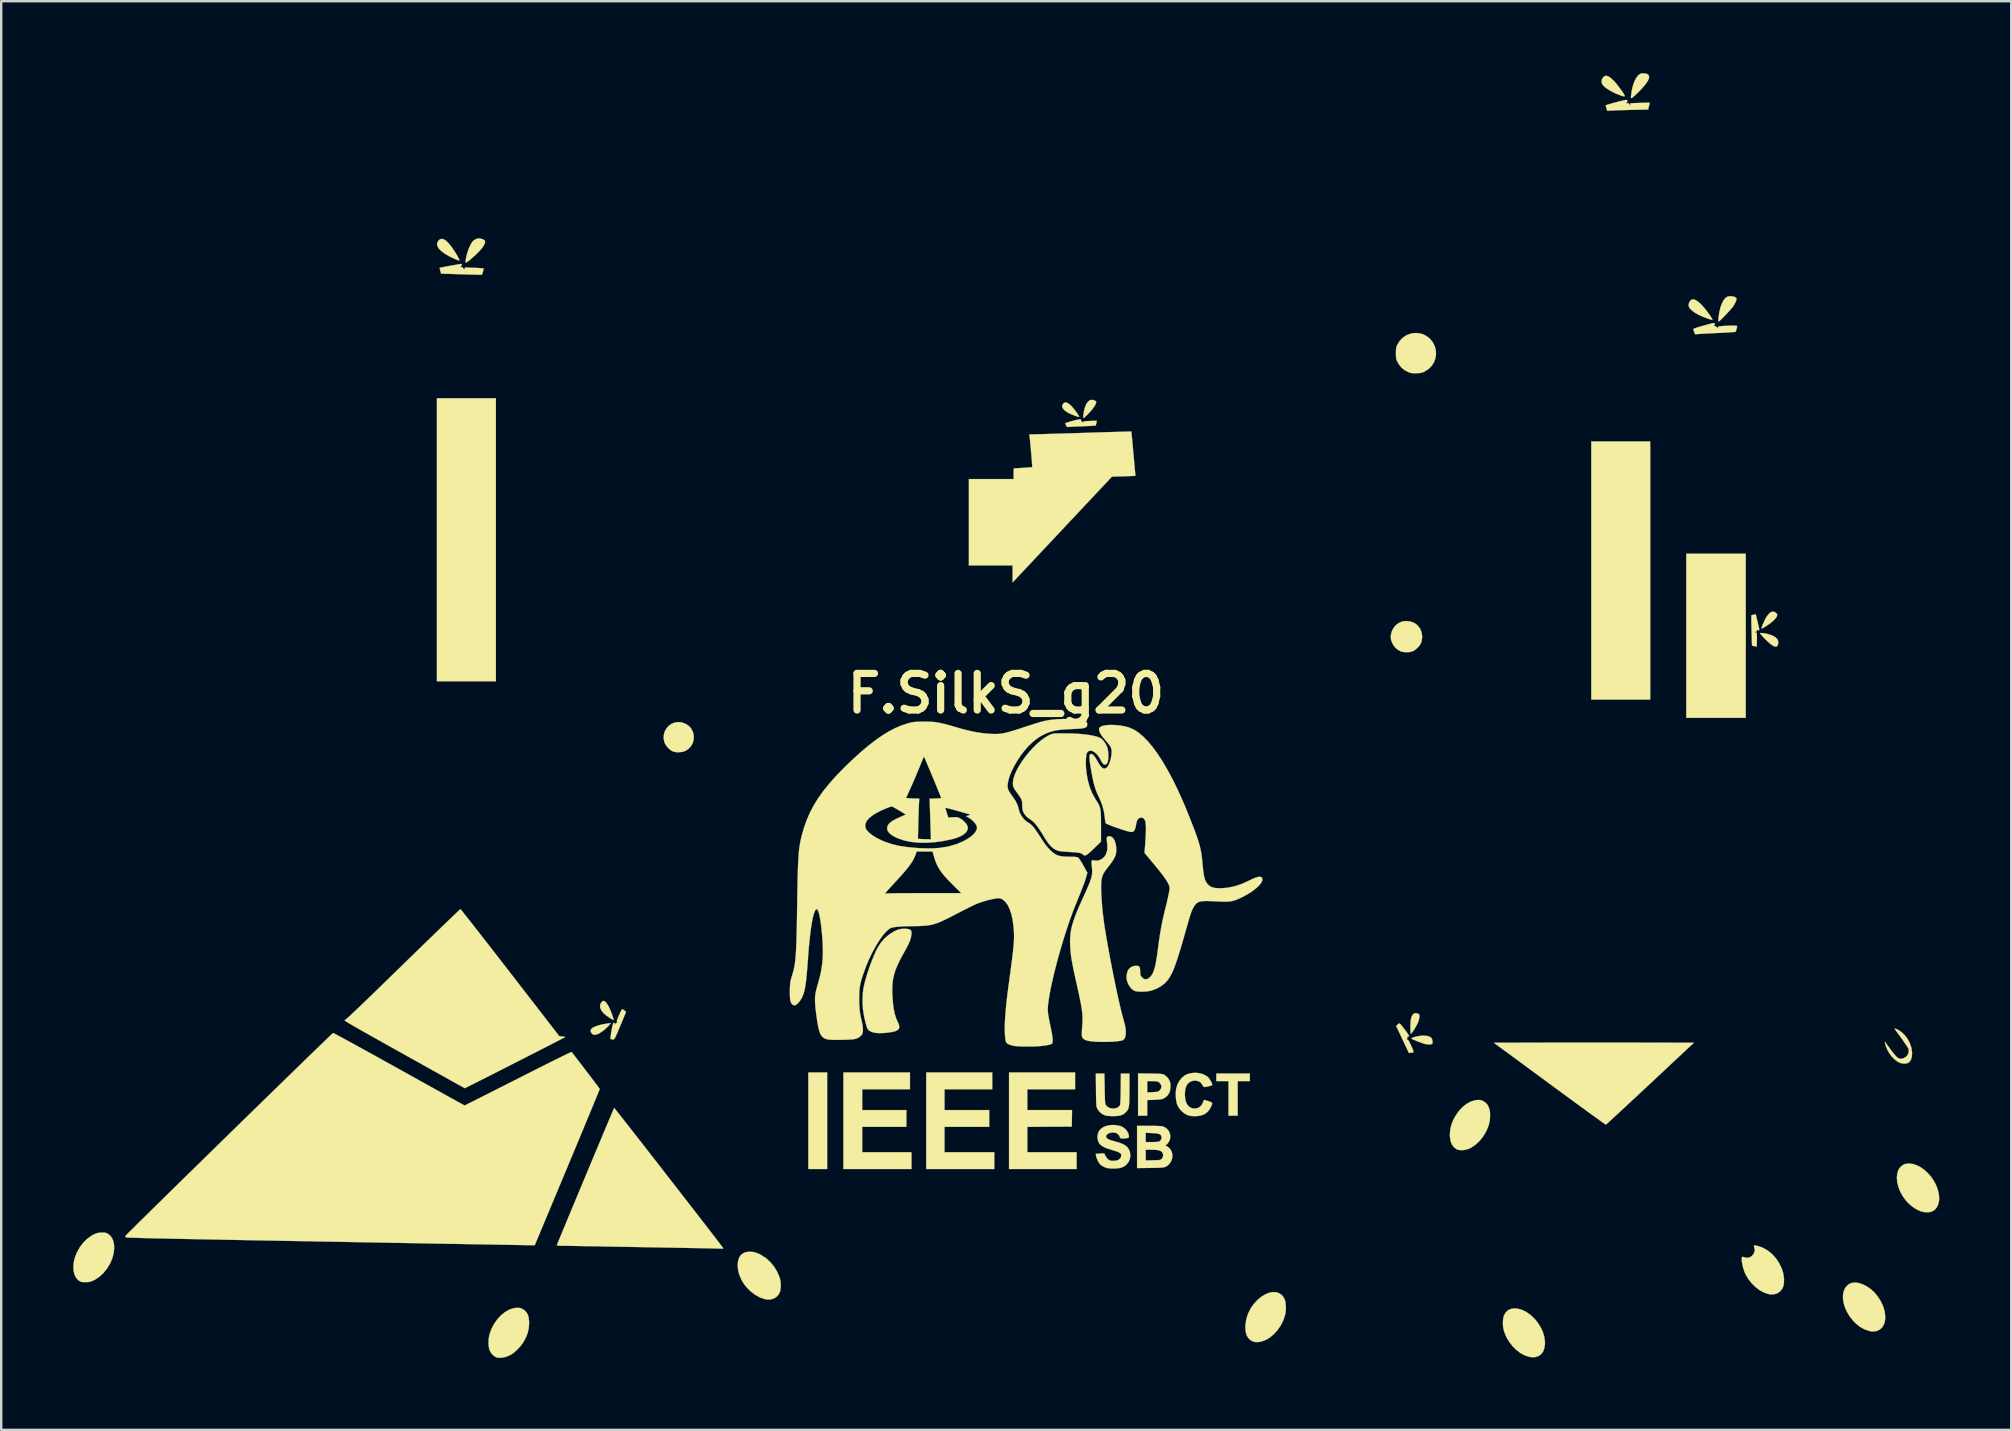
<source format=kicad_pcb>
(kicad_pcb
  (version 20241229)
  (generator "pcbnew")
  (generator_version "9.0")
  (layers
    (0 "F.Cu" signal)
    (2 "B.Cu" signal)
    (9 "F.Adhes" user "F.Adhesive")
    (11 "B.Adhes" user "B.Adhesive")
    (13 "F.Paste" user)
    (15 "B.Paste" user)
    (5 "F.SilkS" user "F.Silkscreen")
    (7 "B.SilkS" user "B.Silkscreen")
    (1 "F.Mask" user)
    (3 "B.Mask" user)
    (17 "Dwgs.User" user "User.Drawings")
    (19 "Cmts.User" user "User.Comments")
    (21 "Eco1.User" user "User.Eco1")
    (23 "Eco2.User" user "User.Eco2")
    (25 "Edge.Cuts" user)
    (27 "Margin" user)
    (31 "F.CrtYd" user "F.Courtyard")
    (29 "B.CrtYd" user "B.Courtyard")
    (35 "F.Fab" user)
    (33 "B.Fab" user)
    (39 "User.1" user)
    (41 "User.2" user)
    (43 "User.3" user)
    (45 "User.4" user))
  (footprint "F.SilkS_g20"
    (layer "F.Cu")
    (at 38.859 25.839)
    (property "Reference" "F.SilkS_g20" (at 0 0 0) (layer "F.SilkS") (effects (font (size 1.524 1.524) (thickness 0.3))))
    (attr through_hole)
    (fp_poly (pts (xy -21.251 -0.508) (xy -23.707 -0.508) (xy -23.707 -12.298) (xy -21.251 -12.298) (xy -21.251 -0.508)) (stroke (width 0.01) (type solid)) (fill yes) (layer "F.SilkS"))
    (fp_poly (pts (xy -7.451 19.812) (xy -8.234 19.812) (xy -8.234 15.79) (xy -7.451 15.79) (xy -7.451 19.812)) (stroke (width 0.01) (type solid)) (fill yes) (layer "F.SilkS"))
    (fp_poly (pts (xy 26.839 0.254) (xy 24.384 0.254) (xy 24.384 -10.499) (xy 26.839 -10.499) (xy 26.839 0.254)) (stroke (width 0.01) (type solid)) (fill yes) (layer "F.SilkS"))
    (fp_poly (pts (xy 30.819 1.016) (xy 28.342 1.016) (xy 28.342 -5.821) (xy 30.819 -5.821) (xy 30.819 1.016)) (stroke (width 0.01) (type solid)) (fill yes) (layer "F.SilkS"))
    (fp_poly (pts (xy 10.16 16.15) (xy 9.652 16.15) (xy 9.652 17.59) (xy 9.271 17.59) (xy 9.271 16.15) (xy 8.763 16.15) (xy 8.763 15.833) (xy 10.16 15.833) (xy 10.16 16.15)) (stroke (width 0.01) (type solid)) (fill yes) (layer "F.SilkS"))
    (fp_poly (pts (xy -4 16.489) (xy -5.99 16.489) (xy -5.99 17.357) (xy -4.149 17.357) (xy -4.149 18.055) (xy -5.99 18.055) (xy -5.99 19.113) (xy -3.937 19.113) (xy -3.937 19.812) (xy -6.773 19.812) (xy -6.773 15.79) (xy -4 15.79) (xy -4 16.489)) (stroke (width 0.01) (type solid)) (fill yes) (layer "F.SilkS"))
    (fp_poly (pts (xy -0.572 16.489) (xy -2.561 16.489) (xy -2.561 17.357) (xy -0.699 17.357) (xy -0.699 18.055) (xy -2.561 18.055) (xy -2.561 19.113) (xy -0.487 19.113) (xy -0.487 19.812) (xy -3.323 19.812) (xy -3.323 15.79) (xy -0.572 15.79) (xy -0.572 16.489)) (stroke (width 0.01) (type solid)) (fill yes) (layer "F.SilkS"))
    (fp_poly (pts (xy 2.879 16.489) (xy 0.889 16.489) (xy 0.889 17.357) (xy 2.753 17.357) (xy 2.741 18.045) (xy 1.815 18.05) (xy 0.889 18.056) (xy 0.889 19.113) (xy 2.942 19.113) (xy 2.942 19.812) (xy 0.127 19.812) (xy 0.127 15.79) (xy 2.879 15.79) (xy 2.879 16.489)) (stroke (width 0.01) (type solid)) (fill yes) (layer "F.SilkS"))
    (fp_poly (pts (xy -16.532 13.82) (xy -16.615 13.909) (xy -16.72 14.003) (xy -16.833 14.09) (xy -16.939 14.158) (xy -16.964 14.172) (xy -17.073 14.214) (xy -17.161 14.221) (xy -17.229 14.191) (xy -17.246 14.176) (xy -17.296 14.102) (xy -17.305 14.034) (xy -17.272 13.972) (xy -17.261 13.961) (xy -17.183 13.908) (xy -17.069 13.858) (xy -16.924 13.813) (xy -16.756 13.775) (xy -16.575 13.746) (xy -16.461 13.731) (xy -16.532 13.82)) (stroke (width 0.01) (type solid)) (fill yes) (layer "F.SilkS"))
    (fp_poly (pts (xy 31.479 -2.518) (xy 31.578 -2.509) (xy 31.698 -2.485) (xy 31.821 -2.451) (xy 31.93 -2.411) (xy 31.948 -2.403) (xy 32.063 -2.335) (xy 32.136 -2.259) (xy 32.171 -2.173) (xy 32.173 -2.138) (xy 32.164 -2.037) (xy 32.134 -1.975) (xy 32.085 -1.949) (xy 32.014 -1.959) (xy 31.922 -2.006) (xy 31.908 -2.016) (xy 31.844 -2.064) (xy 31.763 -2.136) (xy 31.673 -2.22) (xy 31.585 -2.307) (xy 31.509 -2.389) (xy 31.454 -2.454) (xy 31.45 -2.461) (xy 31.408 -2.519) (xy 31.479 -2.518)) (stroke (width 0.01) (type solid)) (fill yes) (layer "F.SilkS"))
    (fp_poly (pts (xy 3.656 -12.217) (xy 3.716 -12.192) (xy 3.753 -12.162) (xy 3.756 -12.156) (xy 3.755 -12.104) (xy 3.725 -12.029) (xy 3.667 -11.936) (xy 3.586 -11.828) (xy 3.483 -11.711) (xy 3.456 -11.682) (xy 3.381 -11.605) (xy 3.315 -11.541) (xy 3.265 -11.496) (xy 3.237 -11.474) (xy 3.233 -11.472) (xy 3.223 -11.492) (xy 3.222 -11.549) (xy 3.227 -11.608) (xy 3.255 -11.787) (xy 3.298 -11.94) (xy 3.354 -12.066) (xy 3.421 -12.159) (xy 3.497 -12.215) (xy 3.529 -12.227) (xy 3.588 -12.23) (xy 3.656 -12.217)) (stroke (width 0.01) (type solid)) (fill yes) (layer "F.SilkS"))
    (fp_poly (pts (xy 32.021 -3.393) (xy 32.082 -3.357) (xy 32.122 -3.307) (xy 32.131 -3.272) (xy 32.112 -3.202) (xy 32.055 -3.119) (xy 31.963 -3.025) (xy 31.838 -2.922) (xy 31.682 -2.814) (xy 31.672 -2.808) (xy 31.58 -2.75) (xy 31.518 -2.718) (xy 31.484 -2.71) (xy 31.475 -2.721) (xy 31.484 -2.758) (xy 31.508 -2.823) (xy 31.542 -2.906) (xy 31.583 -2.995) (xy 31.624 -3.082) (xy 31.663 -3.155) (xy 31.684 -3.19) (xy 31.762 -3.297) (xy 31.834 -3.367) (xy 31.904 -3.402) (xy 31.951 -3.408) (xy 32.021 -3.393)) (stroke (width 0.01) (type solid)) (fill yes) (layer "F.SilkS"))
    (fp_poly (pts (xy -16.709 12.826) (xy -16.649 12.885) (xy -16.585 12.982) (xy -16.539 13.066) (xy -16.507 13.135) (xy -16.471 13.221) (xy -16.434 13.315) (xy -16.4 13.408) (xy -16.372 13.491) (xy -16.352 13.557) (xy -16.345 13.595) (xy -16.346 13.601) (xy -16.367 13.596) (xy -16.414 13.572) (xy -16.476 13.536) (xy -16.479 13.535) (xy -16.647 13.422) (xy -16.774 13.309) (xy -16.86 13.198) (xy -16.905 13.088) (xy -16.912 13.026) (xy -16.899 12.95) (xy -16.865 12.88) (xy -16.818 12.828) (xy -16.766 12.806) (xy -16.761 12.806) (xy -16.709 12.826)) (stroke (width 0.01) (type solid)) (fill yes) (layer "F.SilkS"))
    (fp_poly (pts (xy -23.44 -18.927) (xy -23.349 -18.876) (xy -23.247 -18.785) (xy -23.135 -18.653) (xy -23.012 -18.481) (xy -23.003 -18.468) (xy -22.926 -18.348) (xy -22.862 -18.241) (xy -22.814 -18.151) (xy -22.783 -18.084) (xy -22.773 -18.044) (xy -22.78 -18.034) (xy -22.811 -18.042) (xy -22.87 -18.064) (xy -22.945 -18.095) (xy -22.97 -18.106) (xy -23.192 -18.211) (xy -23.375 -18.318) (xy -23.519 -18.424) (xy -23.622 -18.53) (xy -23.645 -18.562) (xy -23.692 -18.651) (xy -23.703 -18.729) (xy -23.679 -18.806) (xy -23.658 -18.84) (xy -23.595 -18.909) (xy -23.522 -18.937) (xy -23.44 -18.927)) (stroke (width 0.01) (type solid)) (fill yes) (layer "F.SilkS"))
    (fp_poly (pts (xy 2.547 -12.11) (xy 2.636 -12.055) (xy 2.74 -11.96) (xy 2.745 -11.955) (xy 2.79 -11.904) (xy 2.844 -11.836) (xy 2.902 -11.759) (xy 2.958 -11.681) (xy 3.005 -11.612) (xy 3.037 -11.559) (xy 3.048 -11.532) (xy 3.045 -11.521) (xy 3.031 -11.518) (xy 2.999 -11.525) (xy 2.942 -11.545) (xy 2.857 -11.576) (xy 2.686 -11.646) (xy 2.553 -11.714) (xy 2.454 -11.784) (xy 2.385 -11.856) (xy 2.358 -11.899) (xy 2.339 -11.944) (xy 2.34 -11.981) (xy 2.361 -12.033) (xy 2.364 -12.04) (xy 2.411 -12.102) (xy 2.472 -12.126) (xy 2.547 -12.11)) (stroke (width 0.01) (type solid)) (fill yes) (layer "F.SilkS"))
    (fp_poly (pts (xy 17.504 14.262) (xy 17.611 14.284) (xy 17.691 14.321) (xy 17.735 14.367) (xy 17.76 14.433) (xy 17.772 14.505) (xy 17.77 14.566) (xy 17.759 14.595) (xy 17.718 14.615) (xy 17.648 14.624) (xy 17.56 14.62) (xy 17.463 14.605) (xy 17.456 14.603) (xy 17.402 14.587) (xy 17.324 14.56) (xy 17.231 14.526) (xy 17.134 14.489) (xy 17.043 14.452) (xy 16.968 14.421) (xy 16.92 14.398) (xy 16.912 14.393) (xy 16.895 14.374) (xy 16.907 14.355) (xy 16.951 14.335) (xy 17.032 14.31) (xy 17.092 14.295) (xy 17.237 14.267) (xy 17.377 14.256) (xy 17.504 14.262)) (stroke (width 0.01) (type solid)) (fill yes) (layer "F.SilkS"))
    (fp_poly (pts (xy 17.095 13.321) (xy 17.171 13.34) (xy 17.212 13.373) (xy 17.227 13.43) (xy 17.224 13.493) (xy 17.208 13.574) (xy 17.18 13.667) (xy 17.16 13.719) (xy 17.126 13.788) (xy 17.081 13.869) (xy 17.031 13.955) (xy 16.979 14.037) (xy 16.932 14.107) (xy 16.894 14.158) (xy 16.87 14.181) (xy 16.868 14.182) (xy 16.861 14.162) (xy 16.855 14.108) (xy 16.85 14.027) (xy 16.849 13.929) (xy 16.849 13.918) (xy 16.852 13.75) (xy 16.862 13.618) (xy 16.881 13.517) (xy 16.909 13.44) (xy 16.947 13.382) (xy 16.958 13.37) (xy 17.006 13.33) (xy 17.05 13.317) (xy 17.095 13.321)) (stroke (width 0.01) (type solid)) (fill yes) (layer "F.SilkS"))
    (fp_poly (pts (xy 25.038 -25.729) (xy 25.122 -25.692) (xy 25.221 -25.618) (xy 25.314 -25.531) (xy 25.37 -25.47) (xy 25.437 -25.39) (xy 25.509 -25.299) (xy 25.581 -25.203) (xy 25.649 -25.108) (xy 25.708 -25.022) (xy 25.752 -24.952) (xy 25.777 -24.903) (xy 25.781 -24.889) (xy 25.772 -24.875) (xy 25.742 -24.874) (xy 25.684 -24.889) (xy 25.601 -24.916) (xy 25.442 -24.977) (xy 25.287 -25.049) (xy 25.144 -25.127) (xy 25.02 -25.208) (xy 24.921 -25.286) (xy 24.855 -25.359) (xy 24.844 -25.375) (xy 24.811 -25.469) (xy 24.82 -25.564) (xy 24.849 -25.626) (xy 24.904 -25.695) (xy 24.966 -25.73) (xy 25.038 -25.729)) (stroke (width 0.01) (type solid)) (fill yes) (layer "F.SilkS"))
    (fp_poly (pts (xy 26.664 -25.822) (xy 26.743 -25.787) (xy 26.786 -25.732) (xy 26.792 -25.656) (xy 26.761 -25.561) (xy 26.756 -25.552) (xy 26.703 -25.464) (xy 26.624 -25.358) (xy 26.527 -25.241) (xy 26.419 -25.123) (xy 26.307 -25.011) (xy 26.276 -24.982) (xy 26.183 -24.897) (xy 26.116 -24.839) (xy 26.073 -24.807) (xy 26.048 -24.801) (xy 26.037 -24.819) (xy 26.037 -24.86) (xy 26.043 -24.924) (xy 26.043 -24.926) (xy 26.072 -25.125) (xy 26.116 -25.311) (xy 26.172 -25.476) (xy 26.238 -25.615) (xy 26.312 -25.722) (xy 26.36 -25.769) (xy 26.421 -25.811) (xy 26.48 -25.83) (xy 26.55 -25.834) (xy 26.664 -25.822)) (stroke (width 0.01) (type solid)) (fill yes) (layer "F.SilkS"))
    (fp_poly (pts (xy -13.508 1.207) (xy -13.471 1.217) (xy -13.315 1.281) (xy -13.188 1.375) (xy -13.106 1.476) (xy -13.036 1.62) (xy -13.005 1.771) (xy -13.01 1.921) (xy -13.049 2.065) (xy -13.122 2.196) (xy -13.225 2.308) (xy -13.344 2.386) (xy -13.46 2.428) (xy -13.596 2.449) (xy -13.733 2.447) (xy -13.855 2.423) (xy -13.864 2.42) (xy -13.966 2.365) (xy -14.066 2.28) (xy -14.153 2.177) (xy -14.216 2.068) (xy -14.233 2.024) (xy -14.262 1.869) (xy -14.254 1.719) (xy -14.213 1.579) (xy -14.144 1.455) (xy -14.049 1.349) (xy -13.934 1.267) (xy -13.803 1.213) (xy -13.66 1.192) (xy -13.508 1.207)) (stroke (width 0.01) (type solid)) (fill yes) (layer "F.SilkS"))
    (fp_poly (pts (xy 30.281 -16.54) (xy 30.358 -16.517) (xy 30.413 -16.483) (xy 30.429 -16.459) (xy 30.43 -16.404) (xy 30.404 -16.324) (xy 30.352 -16.221) (xy 30.307 -16.147) (xy 30.27 -16.097) (xy 30.213 -16.027) (xy 30.142 -15.946) (xy 30.061 -15.857) (xy 29.977 -15.767) (xy 29.895 -15.681) (xy 29.82 -15.605) (xy 29.757 -15.545) (xy 29.712 -15.506) (xy 29.691 -15.494) (xy 29.681 -15.514) (xy 29.68 -15.57) (xy 29.685 -15.647) (xy 29.714 -15.86) (xy 29.757 -16.052) (xy 29.812 -16.218) (xy 29.878 -16.353) (xy 29.952 -16.456) (xy 30.034 -16.52) (xy 30.034 -16.52) (xy 30.107 -16.543) (xy 30.193 -16.549) (xy 30.281 -16.54)) (stroke (width 0.01) (type solid)) (fill yes) (layer "F.SilkS"))
    (fp_poly (pts (xy -21.871 -18.945) (xy -21.781 -18.915) (xy -21.724 -18.877) (xy -21.699 -18.826) (xy -21.707 -18.761) (xy -21.748 -18.676) (xy -21.82 -18.569) (xy -21.866 -18.51) (xy -21.922 -18.445) (xy -21.996 -18.368) (xy -22.082 -18.285) (xy -22.174 -18.201) (xy -22.265 -18.121) (xy -22.35 -18.05) (xy -22.423 -17.995) (xy -22.477 -17.959) (xy -22.503 -17.949) (xy -22.514 -17.969) (xy -22.513 -18.021) (xy -22.509 -18.05) (xy -22.477 -18.22) (xy -22.43 -18.39) (xy -22.372 -18.55) (xy -22.307 -18.692) (xy -22.239 -18.803) (xy -22.217 -18.832) (xy -22.16 -18.882) (xy -22.088 -18.925) (xy -22.066 -18.935) (xy -21.998 -18.956) (xy -21.94 -18.959) (xy -21.871 -18.945)) (stroke (width 0.01) (type solid)) (fill yes) (layer "F.SilkS"))
    (fp_poly (pts (xy 28.725 -16.391) (xy 28.827 -16.327) (xy 28.941 -16.228) (xy 28.966 -16.203) (xy 29.031 -16.133) (xy 29.101 -16.05) (xy 29.174 -15.959) (xy 29.245 -15.865) (xy 29.311 -15.775) (xy 29.366 -15.693) (xy 29.407 -15.626) (xy 29.43 -15.58) (xy 29.432 -15.559) (xy 29.429 -15.558) (xy 29.402 -15.565) (xy 29.345 -15.582) (xy 29.269 -15.607) (xy 29.231 -15.619) (xy 29.028 -15.695) (xy 28.848 -15.777) (xy 28.697 -15.864) (xy 28.577 -15.953) (xy 28.491 -16.042) (xy 28.443 -16.128) (xy 28.438 -16.147) (xy 28.44 -16.216) (xy 28.467 -16.294) (xy 28.511 -16.363) (xy 28.563 -16.407) (xy 28.565 -16.408) (xy 28.637 -16.418) (xy 28.725 -16.391)) (stroke (width 0.01) (type solid)) (fill yes) (layer "F.SilkS"))
    (fp_poly (pts (xy 16.857 -2.996) (xy 17.006 -2.94) (xy 17.134 -2.849) (xy 17.236 -2.724) (xy 17.272 -2.659) (xy 17.325 -2.505) (xy 17.339 -2.341) (xy 17.314 -2.174) (xy 17.302 -2.133) (xy 17.251 -2.029) (xy 17.17 -1.926) (xy 17.073 -1.835) (xy 16.969 -1.769) (xy 16.924 -1.75) (xy 16.796 -1.722) (xy 16.652 -1.717) (xy 16.513 -1.735) (xy 16.435 -1.758) (xy 16.309 -1.828) (xy 16.199 -1.93) (xy 16.112 -2.058) (xy 16.052 -2.201) (xy 16.033 -2.288) (xy 16.033 -2.425) (xy 16.067 -2.567) (xy 16.13 -2.702) (xy 16.216 -2.819) (xy 16.304 -2.895) (xy 16.414 -2.961) (xy 16.516 -2.999) (xy 16.628 -3.014) (xy 16.69 -3.016) (xy 16.857 -2.996)) (stroke (width 0.01) (type solid)) (fill yes) (layer "F.SilkS"))
    (fp_poly (pts (xy 11.265 24.946) (xy 11.388 24.989) (xy 11.493 25.065) (xy 11.577 25.174) (xy 11.633 25.306) (xy 11.652 25.408) (xy 11.661 25.536) (xy 11.658 25.674) (xy 11.645 25.807) (xy 11.631 25.883) (xy 11.559 26.104) (xy 11.452 26.319) (xy 11.315 26.52) (xy 11.155 26.698) (xy 10.977 26.844) (xy 10.964 26.852) (xy 10.825 26.931) (xy 10.68 26.987) (xy 10.538 27.019) (xy 10.408 27.023) (xy 10.307 27.002) (xy 10.184 26.938) (xy 10.09 26.849) (xy 10.024 26.732) (xy 9.985 26.585) (xy 9.973 26.406) (xy 9.975 26.322) (xy 10.008 26.084) (xy 10.08 25.851) (xy 10.188 25.631) (xy 10.329 25.427) (xy 10.5 25.246) (xy 10.654 25.123) (xy 10.818 25.025) (xy 10.976 24.964) (xy 11.126 24.937) (xy 11.265 24.946)) (stroke (width 0.01) (type solid)) (fill yes) (layer "F.SilkS"))
    (fp_poly (pts (xy 21.315 25.628) (xy 21.321 25.629) (xy 21.51 25.684) (xy 21.692 25.777) (xy 21.864 25.901) (xy 22.022 26.052) (xy 22.161 26.223) (xy 22.278 26.411) (xy 22.369 26.61) (xy 22.429 26.813) (xy 22.454 27.017) (xy 22.453 27.113) (xy 22.427 27.283) (xy 22.373 27.422) (xy 22.291 27.53) (xy 22.184 27.606) (xy 22.055 27.647) (xy 21.903 27.652) (xy 21.789 27.634) (xy 21.605 27.573) (xy 21.425 27.474) (xy 21.254 27.343) (xy 21.098 27.186) (xy 20.96 27.006) (xy 20.846 26.811) (xy 20.76 26.604) (xy 20.733 26.512) (xy 20.709 26.373) (xy 20.701 26.223) (xy 20.709 26.077) (xy 20.734 25.952) (xy 20.745 25.92) (xy 20.811 25.797) (xy 20.905 25.704) (xy 21.023 25.644) (xy 21.161 25.618) (xy 21.315 25.628)) (stroke (width 0.01) (type solid)) (fill yes) (layer "F.SilkS"))
    (fp_poly (pts (xy -10.543 23.267) (xy -10.419 23.296) (xy -10.289 23.348) (xy -10.221 23.382) (xy -10.013 23.514) (xy -9.825 23.68) (xy -9.663 23.876) (xy -9.529 24.096) (xy -9.43 24.331) (xy -9.397 24.464) (xy -9.382 24.613) (xy -9.384 24.76) (xy -9.404 24.89) (xy -9.408 24.904) (xy -9.465 25.031) (xy -9.552 25.132) (xy -9.664 25.204) (xy -9.796 25.244) (xy -9.942 25.25) (xy -10.022 25.238) (xy -10.224 25.174) (xy -10.422 25.07) (xy -10.612 24.929) (xy -10.685 24.863) (xy -10.808 24.736) (xy -10.906 24.614) (xy -10.989 24.48) (xy -11.034 24.395) (xy -11.116 24.201) (xy -11.162 24.01) (xy -11.176 23.809) (xy -11.161 23.641) (xy -11.116 23.502) (xy -11.043 23.393) (xy -10.942 23.316) (xy -10.814 23.271) (xy -10.677 23.258) (xy -10.543 23.267)) (stroke (width 0.01) (type solid)) (fill yes) (layer "F.SilkS"))
    (fp_poly (pts (xy 35.549 24.567) (xy 35.722 24.63) (xy 35.793 24.662) (xy 35.976 24.775) (xy 36.148 24.922) (xy 36.301 25.1) (xy 36.433 25.301) (xy 36.537 25.519) (xy 36.567 25.601) (xy 36.607 25.756) (xy 36.627 25.917) (xy 36.626 26.07) (xy 36.605 26.205) (xy 36.579 26.278) (xy 36.503 26.408) (xy 36.406 26.5) (xy 36.292 26.554) (xy 36.191 26.577) (xy 36.098 26.581) (xy 35.994 26.565) (xy 35.952 26.555) (xy 35.758 26.488) (xy 35.576 26.385) (xy 35.402 26.244) (xy 35.304 26.145) (xy 35.166 25.975) (xy 35.053 25.796) (xy 34.965 25.613) (xy 34.905 25.429) (xy 34.872 25.25) (xy 34.868 25.08) (xy 34.894 24.924) (xy 34.95 24.787) (xy 35.032 24.677) (xy 35.138 24.595) (xy 35.259 24.55) (xy 35.395 24.54) (xy 35.549 24.567)) (stroke (width 0.01) (type solid)) (fill yes) (layer "F.SilkS"))
    (fp_poly (pts (xy 19.77 16.941) (xy 19.83 16.959) (xy 19.883 16.984) (xy 19.982 17.048) (xy 20.058 17.134) (xy 20.116 17.249) (xy 20.142 17.327) (xy 20.163 17.443) (xy 20.168 17.584) (xy 20.16 17.736) (xy 20.138 17.884) (xy 20.11 17.992) (xy 20.018 18.22) (xy 19.896 18.432) (xy 19.749 18.622) (xy 19.58 18.784) (xy 19.396 18.913) (xy 19.328 18.949) (xy 19.208 18.995) (xy 19.078 19.021) (xy 18.951 19.028) (xy 18.839 19.013) (xy 18.771 18.987) (xy 18.66 18.903) (xy 18.577 18.788) (xy 18.521 18.642) (xy 18.495 18.466) (xy 18.492 18.373) (xy 18.509 18.164) (xy 18.557 17.963) (xy 18.638 17.761) (xy 18.75 17.559) (xy 18.881 17.379) (xy 19.028 17.225) (xy 19.187 17.1) (xy 19.353 17.008) (xy 19.521 16.953) (xy 19.62 16.938) (xy 19.706 16.935) (xy 19.77 16.941)) (stroke (width 0.01) (type solid)) (fill yes) (layer "F.SilkS"))
    (fp_poly (pts (xy 37.766 19.599) (xy 37.929 19.65) (xy 38.093 19.732) (xy 38.252 19.843) (xy 38.403 19.979) (xy 38.541 20.138) (xy 38.662 20.316) (xy 38.744 20.472) (xy 38.806 20.631) (xy 38.85 20.798) (xy 38.874 20.959) (xy 38.875 21.1) (xy 38.874 21.111) (xy 38.839 21.278) (xy 38.777 21.412) (xy 38.69 21.514) (xy 38.578 21.581) (xy 38.442 21.614) (xy 38.284 21.611) (xy 38.214 21.599) (xy 38.093 21.567) (xy 37.977 21.517) (xy 37.853 21.444) (xy 37.772 21.388) (xy 37.612 21.255) (xy 37.47 21.099) (xy 37.349 20.927) (xy 37.251 20.744) (xy 37.177 20.555) (xy 37.131 20.366) (xy 37.114 20.183) (xy 37.128 20.011) (xy 37.175 19.856) (xy 37.181 19.843) (xy 37.236 19.761) (xy 37.315 19.683) (xy 37.403 19.625) (xy 37.458 19.602) (xy 37.608 19.582) (xy 37.766 19.599)) (stroke (width 0.01) (type solid)) (fill yes) (layer "F.SilkS"))
    (fp_poly (pts (xy -20.179 25.622) (xy -20.082 25.678) (xy -20.045 25.71) (xy -19.968 25.795) (xy -19.914 25.894) (xy -19.882 26.014) (xy -19.867 26.164) (xy -19.866 26.226) (xy -19.88 26.439) (xy -19.924 26.641) (xy -20.002 26.839) (xy -20.117 27.042) (xy -20.151 27.093) (xy -20.231 27.197) (xy -20.333 27.308) (xy -20.442 27.412) (xy -20.547 27.498) (xy -20.575 27.518) (xy -20.715 27.594) (xy -20.865 27.647) (xy -21.015 27.675) (xy -21.153 27.674) (xy -21.218 27.661) (xy -21.308 27.617) (xy -21.395 27.542) (xy -21.469 27.447) (xy -21.518 27.345) (xy -21.547 27.218) (xy -21.558 27.067) (xy -21.552 26.907) (xy -21.528 26.751) (xy -21.508 26.671) (xy -21.425 26.453) (xy -21.317 26.252) (xy -21.188 26.07) (xy -21.042 25.912) (xy -20.883 25.781) (xy -20.714 25.682) (xy -20.541 25.619) (xy -20.422 25.598) (xy -20.289 25.596) (xy -20.179 25.622)) (stroke (width 0.01) (type solid)) (fill yes) (layer "F.SilkS"))
    (fp_poly (pts (xy -37.531 22.465) (xy -37.477 22.48) (xy -37.423 22.506) (xy -37.319 22.584) (xy -37.239 22.692) (xy -37.185 22.826) (xy -37.156 22.98) (xy -37.153 23.15) (xy -37.177 23.331) (xy -37.226 23.518) (xy -37.303 23.707) (xy -37.316 23.733) (xy -37.445 23.951) (xy -37.597 24.142) (xy -37.769 24.301) (xy -37.955 24.424) (xy -37.99 24.442) (xy -38.081 24.484) (xy -38.156 24.508) (xy -38.237 24.521) (xy -38.318 24.526) (xy -38.444 24.526) (xy -38.531 24.513) (xy -38.555 24.504) (xy -38.663 24.432) (xy -38.747 24.328) (xy -38.808 24.198) (xy -38.844 24.045) (xy -38.854 23.876) (xy -38.836 23.694) (xy -38.794 23.517) (xy -38.705 23.288) (xy -38.587 23.075) (xy -38.443 22.884) (xy -38.278 22.72) (xy -38.097 22.59) (xy -38.017 22.546) (xy -37.925 22.504) (xy -37.85 22.48) (xy -37.771 22.467) (xy -37.688 22.462) (xy -37.596 22.46) (xy -37.531 22.465)) (stroke (width 0.01) (type solid)) (fill yes) (layer "F.SilkS"))
    (fp_poly (pts (xy 24.897 14.545) (xy 25.334 14.545) (xy 25.755 14.545) (xy 26.152 14.546) (xy 26.516 14.547) (xy 26.574 14.547) (xy 28.657 14.552) (xy 26.836 16.256) (xy 26.601 16.476) (xy 26.374 16.687) (xy 26.158 16.889) (xy 25.954 17.078) (xy 25.765 17.254) (xy 25.591 17.415) (xy 25.436 17.559) (xy 25.3 17.684) (xy 25.187 17.788) (xy 25.097 17.87) (xy 25.034 17.927) (xy 24.998 17.958) (xy 24.99 17.963) (xy 24.971 17.952) (xy 24.919 17.916) (xy 24.837 17.858) (xy 24.727 17.779) (xy 24.591 17.681) (xy 24.431 17.565) (xy 24.248 17.433) (xy 24.046 17.285) (xy 23.825 17.124) (xy 23.588 16.951) (xy 23.336 16.767) (xy 23.073 16.574) (xy 22.799 16.372) (xy 22.645 16.259) (xy 20.325 14.552) (xy 22.407 14.547) (xy 22.765 14.546) (xy 23.157 14.545) (xy 23.574 14.545) (xy 24.009 14.545) (xy 24.453 14.544) (xy 24.897 14.545)) (stroke (width 0.01) (type solid)) (fill yes) (layer "F.SilkS"))
    (fp_poly (pts (xy 17.315 -14.982) (xy 17.475 -14.916) (xy 17.621 -14.813) (xy 17.671 -14.767) (xy 17.786 -14.622) (xy 17.865 -14.463) (xy 17.908 -14.296) (xy 17.916 -14.126) (xy 17.89 -13.959) (xy 17.832 -13.8) (xy 17.741 -13.654) (xy 17.619 -13.528) (xy 17.467 -13.426) (xy 17.445 -13.415) (xy 17.372 -13.381) (xy 17.309 -13.36) (xy 17.241 -13.348) (xy 17.151 -13.342) (xy 17.104 -13.34) (xy 16.991 -13.339) (xy 16.907 -13.346) (xy 16.836 -13.36) (xy 16.792 -13.375) (xy 16.62 -13.459) (xy 16.476 -13.574) (xy 16.359 -13.723) (xy 16.303 -13.822) (xy 16.277 -13.878) (xy 16.26 -13.929) (xy 16.251 -13.987) (xy 16.246 -14.063) (xy 16.245 -14.169) (xy 16.245 -14.171) (xy 16.246 -14.279) (xy 16.251 -14.356) (xy 16.261 -14.416) (xy 16.278 -14.47) (xy 16.302 -14.525) (xy 16.397 -14.682) (xy 16.518 -14.811) (xy 16.659 -14.909) (xy 16.815 -14.976) (xy 16.98 -15.012) (xy 17.148 -15.014) (xy 17.315 -14.982)) (stroke (width 0.01) (type solid)) (fill yes) (layer "F.SilkS"))
    (fp_poly (pts (xy 16.4 13.745) (xy 16.425 13.77) (xy 16.468 13.82) (xy 16.524 13.889) (xy 16.585 13.968) (xy 16.648 14.051) (xy 16.706 14.13) (xy 16.753 14.197) (xy 16.784 14.245) (xy 16.793 14.265) (xy 16.778 14.292) (xy 16.751 14.297) (xy 16.718 14.305) (xy 16.717 14.334) (xy 16.714 14.381) (xy 16.703 14.4) (xy 16.694 14.422) (xy 16.721 14.427) (xy 16.722 14.427) (xy 16.744 14.433) (xy 16.768 14.459) (xy 16.799 14.509) (xy 16.839 14.588) (xy 16.881 14.677) (xy 16.931 14.787) (xy 16.962 14.865) (xy 16.975 14.916) (xy 16.97 14.946) (xy 16.947 14.96) (xy 16.906 14.964) (xy 16.898 14.965) (xy 16.844 14.971) (xy 16.819 14.978) (xy 16.785 14.972) (xy 16.766 14.941) (xy 16.752 14.909) (xy 16.722 14.844) (xy 16.68 14.752) (xy 16.627 14.639) (xy 16.566 14.51) (xy 16.501 14.372) (xy 16.256 13.854) (xy 16.317 13.793) (xy 16.36 13.758) (xy 16.394 13.744) (xy 16.4 13.745)) (stroke (width 0.01) (type solid)) (fill yes) (layer "F.SilkS"))
    (fp_poly (pts (xy -22.686 -17.893) (xy -22.67 -17.863) (xy -22.68 -17.82) (xy -22.707 -17.788) (xy -22.729 -17.768) (xy -22.716 -17.761) (xy -22.686 -17.76) (xy -22.631 -17.743) (xy -22.599 -17.702) (xy -22.569 -17.645) (xy -22.553 -17.695) (xy -22.538 -17.744) (xy -22.156 -17.731) (xy -22.033 -17.726) (xy -21.926 -17.721) (xy -21.84 -17.715) (xy -21.784 -17.711) (xy -21.764 -17.707) (xy -21.764 -17.682) (xy -21.774 -17.63) (xy -21.791 -17.568) (xy -21.83 -17.441) (xy -22.011 -17.445) (xy -22.079 -17.447) (xy -22.181 -17.449) (xy -22.312 -17.453) (xy -22.464 -17.457) (xy -22.631 -17.462) (xy -22.804 -17.467) (xy -22.863 -17.469) (xy -23.532 -17.489) (xy -23.565 -17.608) (xy -23.582 -17.672) (xy -23.592 -17.716) (xy -23.594 -17.729) (xy -23.57 -17.736) (xy -23.511 -17.749) (xy -23.427 -17.765) (xy -23.323 -17.785) (xy -23.207 -17.806) (xy -23.088 -17.828) (xy -22.972 -17.849) (xy -22.866 -17.867) (xy -22.778 -17.881) (xy -22.716 -17.891) (xy -22.687 -17.894) (xy -22.686 -17.893)) (stroke (width 0.01) (type solid)) (fill yes) (layer "F.SilkS"))
    (fp_poly (pts (xy -15.963 13.161) (xy -15.918 13.19) (xy -15.898 13.206) (xy -15.826 13.265) (xy -16.067 13.84) (xy -16.136 14.005) (xy -16.19 14.134) (xy -16.233 14.233) (xy -16.267 14.306) (xy -16.292 14.356) (xy -16.313 14.387) (xy -16.33 14.405) (xy -16.346 14.412) (xy -16.364 14.414) (xy -16.372 14.414) (xy -16.427 14.408) (xy -16.464 14.396) (xy -16.473 14.382) (xy -16.476 14.351) (xy -16.472 14.297) (xy -16.461 14.215) (xy -16.442 14.1) (xy -16.435 14.063) (xy -16.414 13.952) (xy -16.393 13.856) (xy -16.375 13.783) (xy -16.36 13.74) (xy -16.355 13.732) (xy -16.317 13.718) (xy -16.299 13.739) (xy -16.297 13.764) (xy -16.295 13.811) (xy -16.273 13.764) (xy -16.239 13.727) (xy -16.206 13.716) (xy -16.177 13.713) (xy -16.187 13.698) (xy -16.197 13.69) (xy -16.209 13.675) (xy -16.212 13.653) (xy -16.204 13.616) (xy -16.183 13.558) (xy -16.147 13.471) (xy -16.121 13.411) (xy -16.079 13.316) (xy -16.041 13.236) (xy -16.011 13.18) (xy -15.993 13.153) (xy -15.991 13.152) (xy -15.963 13.161)) (stroke (width 0.01) (type solid)) (fill yes) (layer "F.SilkS"))
    (fp_poly (pts (xy 6.006 15.836) (xy 6.166 15.839) (xy 6.289 15.841) (xy 6.382 15.845) (xy 6.451 15.85) (xy 6.501 15.856) (xy 6.539 15.865) (xy 6.571 15.877) (xy 6.599 15.891) (xy 6.694 15.962) (xy 6.774 16.061) (xy 6.83 16.173) (xy 6.839 16.201) (xy 6.854 16.304) (xy 6.852 16.423) (xy 6.835 16.54) (xy 6.804 16.638) (xy 6.799 16.65) (xy 6.722 16.758) (xy 6.617 16.846) (xy 6.54 16.887) (xy 6.475 16.904) (xy 6.368 16.918) (xy 6.222 16.927) (xy 6.175 16.929) (xy 5.884 16.939) (xy 5.884 17.59) (xy 5.503 17.59) (xy 5.503 16.15) (xy 5.884 16.15) (xy 5.884 16.621) (xy 6.101 16.612) (xy 6.216 16.604) (xy 6.303 16.593) (xy 6.357 16.578) (xy 6.363 16.574) (xy 6.417 16.523) (xy 6.459 16.455) (xy 6.477 16.388) (xy 6.477 16.384) (xy 6.459 16.307) (xy 6.413 16.233) (xy 6.351 16.182) (xy 6.291 16.163) (xy 6.198 16.153) (xy 6.086 16.15) (xy 5.884 16.15) (xy 5.503 16.15) (xy 5.503 15.829) (xy 6.006 15.836)) (stroke (width 0.01) (type solid)) (fill yes) (layer "F.SilkS"))
    (fp_poly (pts (xy 25.865 -24.721) (xy 25.878 -24.712) (xy 25.883 -24.706) (xy 25.897 -24.675) (xy 25.881 -24.648) (xy 25.864 -24.633) (xy 25.819 -24.596) (xy 25.884 -24.596) (xy 25.94 -24.584) (xy 25.979 -24.541) (xy 25.981 -24.537) (xy 26.012 -24.479) (xy 26.013 -24.534) (xy 26.014 -24.589) (xy 26.41 -24.602) (xy 26.535 -24.605) (xy 26.644 -24.608) (xy 26.732 -24.609) (xy 26.79 -24.609) (xy 26.813 -24.608) (xy 26.813 -24.608) (xy 26.812 -24.585) (xy 26.802 -24.533) (xy 26.785 -24.464) (xy 26.751 -24.326) (xy 26.123 -24.313) (xy 25.951 -24.309) (xy 25.78 -24.304) (xy 25.619 -24.299) (xy 25.476 -24.295) (xy 25.359 -24.29) (xy 25.276 -24.286) (xy 25.271 -24.286) (xy 25.047 -24.273) (xy 25.017 -24.376) (xy 25 -24.439) (xy 24.989 -24.485) (xy 24.987 -24.498) (xy 25.007 -24.509) (xy 25.061 -24.528) (xy 25.145 -24.554) (xy 25.252 -24.585) (xy 25.376 -24.618) (xy 25.421 -24.63) (xy 25.566 -24.668) (xy 25.675 -24.695) (xy 25.753 -24.713) (xy 25.808 -24.723) (xy 25.843 -24.725) (xy 25.865 -24.721)) (stroke (width 0.01) (type solid)) (fill yes) (layer "F.SilkS"))
    (fp_poly (pts (xy 31.233 -3.297) (xy 31.24 -3.275) (xy 31.255 -3.219) (xy 31.275 -3.137) (xy 31.298 -3.037) (xy 31.306 -3.005) (xy 31.331 -2.897) (xy 31.353 -2.803) (xy 31.37 -2.73) (xy 31.381 -2.688) (xy 31.382 -2.683) (xy 31.377 -2.647) (xy 31.348 -2.629) (xy 31.315 -2.636) (xy 31.304 -2.648) (xy 31.289 -2.662) (xy 31.285 -2.637) (xy 31.285 -2.633) (xy 31.267 -2.59) (xy 31.237 -2.566) (xy 31.189 -2.543) (xy 31.237 -2.541) (xy 31.256 -2.54) (xy 31.269 -2.531) (xy 31.277 -2.508) (xy 31.282 -2.466) (xy 31.284 -2.397) (xy 31.284 -2.295) (xy 31.284 -2.244) (xy 31.283 -2.137) (xy 31.28 -2.048) (xy 31.276 -1.984) (xy 31.271 -1.952) (xy 31.268 -1.95) (xy 31.24 -1.956) (xy 31.186 -1.968) (xy 31.166 -1.973) (xy 31.079 -1.994) (xy 31.065 -2.472) (xy 31.061 -2.62) (xy 31.058 -2.765) (xy 31.055 -2.896) (xy 31.053 -3.005) (xy 31.052 -3.084) (xy 31.052 -3.101) (xy 31.052 -3.253) (xy 31.138 -3.279) (xy 31.193 -3.293) (xy 31.228 -3.298) (xy 31.233 -3.297)) (stroke (width 0.01) (type solid)) (fill yes) (layer "F.SilkS"))
    (fp_poly (pts (xy 31.253 23.003) (xy 31.333 23.023) (xy 31.425 23.052) (xy 31.517 23.088) (xy 31.58 23.117) (xy 31.767 23.231) (xy 31.938 23.377) (xy 32.089 23.551) (xy 32.216 23.743) (xy 32.316 23.949) (xy 32.383 24.162) (xy 32.413 24.374) (xy 32.414 24.416) (xy 32.408 24.573) (xy 32.384 24.699) (xy 32.338 24.802) (xy 32.269 24.89) (xy 32.248 24.91) (xy 32.132 24.991) (xy 32 25.032) (xy 31.85 25.036) (xy 31.75 25.018) (xy 31.569 24.955) (xy 31.39 24.856) (xy 31.218 24.724) (xy 31.06 24.566) (xy 30.921 24.387) (xy 30.813 24.204) (xy 30.767 24.097) (xy 30.725 23.975) (xy 30.691 23.847) (xy 30.666 23.724) (xy 30.652 23.615) (xy 30.653 23.53) (xy 30.659 23.498) (xy 30.67 23.475) (xy 30.69 23.469) (xy 30.731 23.48) (xy 30.761 23.491) (xy 30.875 23.512) (xy 30.98 23.493) (xy 31.072 23.438) (xy 31.143 23.349) (xy 31.169 23.294) (xy 31.191 23.226) (xy 31.193 23.171) (xy 31.178 23.103) (xy 31.164 23.045) (xy 31.158 23.007) (xy 31.16 22.999) (xy 31.191 22.994) (xy 31.253 23.003)) (stroke (width 0.01) (type solid)) (fill yes) (layer "F.SilkS"))
    (fp_poly (pts (xy 3.103 -11.421) (xy 3.127 -11.395) (xy 3.125 -11.377) (xy 3.128 -11.35) (xy 3.141 -11.345) (xy 3.17 -11.328) (xy 3.191 -11.298) (xy 3.209 -11.265) (xy 3.215 -11.27) (xy 3.216 -11.295) (xy 3.219 -11.313) (xy 3.231 -11.325) (xy 3.258 -11.334) (xy 3.308 -11.341) (xy 3.387 -11.346) (xy 3.497 -11.351) (xy 3.601 -11.356) (xy 3.688 -11.359) (xy 3.75 -11.36) (xy 3.78 -11.36) (xy 3.781 -11.36) (xy 3.779 -11.339) (xy 3.77 -11.29) (xy 3.763 -11.258) (xy 3.741 -11.16) (xy 3.537 -11.147) (xy 3.442 -11.142) (xy 3.318 -11.136) (xy 3.179 -11.13) (xy 3.039 -11.124) (xy 2.985 -11.122) (xy 2.864 -11.118) (xy 2.755 -11.112) (xy 2.666 -11.107) (xy 2.606 -11.103) (xy 2.587 -11.1) (xy 2.551 -11.101) (xy 2.524 -11.128) (xy 2.507 -11.164) (xy 2.487 -11.216) (xy 2.477 -11.251) (xy 2.477 -11.255) (xy 2.496 -11.267) (xy 2.548 -11.287) (xy 2.624 -11.31) (xy 2.708 -11.335) (xy 3.069 -11.335) (xy 3.08 -11.324) (xy 3.09 -11.335) (xy 3.08 -11.345) (xy 3.069 -11.335) (xy 2.708 -11.335) (xy 2.715 -11.337) (xy 2.813 -11.363) (xy 2.909 -11.387) (xy 2.994 -11.406) (xy 3.061 -11.419) (xy 3.099 -11.422) (xy 3.103 -11.421)) (stroke (width 0.01) (type solid)) (fill yes) (layer "F.SilkS"))
    (fp_poly (pts (xy 37.091 13.979) (xy 37.164 14.013) (xy 37.314 14.111) (xy 37.449 14.241) (xy 37.564 14.398) (xy 37.655 14.572) (xy 37.718 14.757) (xy 37.746 14.945) (xy 37.748 14.997) (xy 37.735 15.148) (xy 37.697 15.268) (xy 37.634 15.355) (xy 37.601 15.38) (xy 37.514 15.415) (xy 37.405 15.423) (xy 37.288 15.403) (xy 37.232 15.385) (xy 37.119 15.323) (xy 37.002 15.229) (xy 36.891 15.111) (xy 36.793 14.977) (xy 36.726 14.856) (xy 36.693 14.782) (xy 36.663 14.704) (xy 36.638 14.631) (xy 36.621 14.569) (xy 36.613 14.529) (xy 36.618 14.517) (xy 36.623 14.52) (xy 36.638 14.54) (xy 36.674 14.588) (xy 36.726 14.66) (xy 36.791 14.748) (xy 36.856 14.838) (xy 36.96 14.977) (xy 37.048 15.082) (xy 37.123 15.156) (xy 37.191 15.201) (xy 37.257 15.22) (xy 37.324 15.217) (xy 37.398 15.193) (xy 37.433 15.176) (xy 37.522 15.112) (xy 37.582 15.024) (xy 37.61 14.922) (xy 37.602 14.815) (xy 37.592 14.786) (xy 37.575 14.756) (xy 37.538 14.699) (xy 37.483 14.619) (xy 37.417 14.523) (xy 37.342 14.416) (xy 37.263 14.306) (xy 37.185 14.197) (xy 37.111 14.097) (xy 37.046 14.01) (xy 37.035 13.996) (xy 37.02 13.967) (xy 37.039 13.961) (xy 37.091 13.979)) (stroke (width 0.01) (type solid)) (fill yes) (layer "F.SilkS"))
    (fp_poly (pts (xy 29.509 -15.424) (xy 29.522 -15.414) (xy 29.522 -15.413) (xy 29.537 -15.381) (xy 29.518 -15.348) (xy 29.513 -15.342) (xy 29.492 -15.314) (xy 29.504 -15.304) (xy 29.532 -15.303) (xy 29.589 -15.285) (xy 29.619 -15.256) (xy 29.653 -15.208) (xy 29.666 -15.253) (xy 29.675 -15.272) (xy 29.694 -15.286) (xy 29.73 -15.296) (xy 29.792 -15.303) (xy 29.886 -15.309) (xy 29.915 -15.311) (xy 30.099 -15.32) (xy 30.247 -15.324) (xy 30.357 -15.323) (xy 30.427 -15.317) (xy 30.458 -15.306) (xy 30.459 -15.302) (xy 30.454 -15.264) (xy 30.441 -15.205) (xy 30.424 -15.142) (xy 30.408 -15.09) (xy 30.398 -15.066) (xy 30.374 -15.062) (xy 30.313 -15.056) (xy 30.22 -15.049) (xy 30.1 -15.041) (xy 29.959 -15.032) (xy 29.8 -15.024) (xy 29.697 -15.019) (xy 29.522 -15.011) (xy 29.355 -15.003) (xy 29.2 -14.995) (xy 29.065 -14.988) (xy 28.957 -14.981) (xy 28.881 -14.977) (xy 28.859 -14.975) (xy 28.708 -14.964) (xy 28.674 -15.054) (xy 28.652 -15.115) (xy 28.637 -15.162) (xy 28.634 -15.173) (xy 28.646 -15.188) (xy 28.689 -15.208) (xy 28.766 -15.236) (xy 28.879 -15.271) (xy 29.029 -15.315) (xy 29.062 -15.324) (xy 29.207 -15.365) (xy 29.317 -15.394) (xy 29.397 -15.414) (xy 29.452 -15.425) (xy 29.487 -15.428) (xy 29.509 -15.424)) (stroke (width 0.01) (type solid)) (fill yes) (layer "F.SilkS"))
    (fp_poly (pts (xy 4.111 16.455) (xy 4.114 16.636) (xy 4.117 16.779) (xy 4.121 16.89) (xy 4.125 16.974) (xy 4.13 17.036) (xy 4.137 17.08) (xy 4.146 17.112) (xy 4.156 17.138) (xy 4.162 17.148) (xy 4.225 17.219) (xy 4.312 17.267) (xy 4.413 17.292) (xy 4.517 17.292) (xy 4.615 17.268) (xy 4.697 17.219) (xy 4.745 17.162) (xy 4.754 17.135) (xy 4.761 17.086) (xy 4.767 17.011) (xy 4.772 16.906) (xy 4.776 16.769) (xy 4.779 16.594) (xy 4.78 16.473) (xy 4.787 15.833) (xy 5.144 15.833) (xy 5.144 16.485) (xy 5.143 16.693) (xy 5.141 16.864) (xy 5.137 17.002) (xy 5.131 17.112) (xy 5.12 17.199) (xy 5.105 17.267) (xy 5.085 17.322) (xy 5.059 17.368) (xy 5.026 17.41) (xy 4.985 17.452) (xy 4.909 17.517) (xy 4.825 17.562) (xy 4.723 17.591) (xy 4.596 17.606) (xy 4.446 17.609) (xy 4.335 17.605) (xy 4.232 17.597) (xy 4.151 17.584) (xy 4.127 17.578) (xy 4.013 17.524) (xy 3.908 17.439) (xy 3.826 17.334) (xy 3.807 17.298) (xy 3.793 17.269) (xy 3.782 17.241) (xy 3.773 17.207) (xy 3.767 17.164) (xy 3.762 17.106) (xy 3.758 17.028) (xy 3.755 16.926) (xy 3.753 16.794) (xy 3.751 16.627) (xy 3.75 16.515) (xy 3.743 15.833) (xy 4.1 15.833) (xy 4.111 16.455)) (stroke (width 0.01) (type solid)) (fill yes) (layer "F.SilkS"))
    (fp_poly (pts (xy -4.05 9.819) (xy -3.979 9.851) (xy -3.945 9.897) (xy -3.945 9.898) (xy -3.937 9.983) (xy -3.946 10.093) (xy -3.971 10.213) (xy -4.009 10.329) (xy -4.011 10.334) (xy -4.041 10.4) (xy -4.087 10.493) (xy -4.145 10.604) (xy -4.209 10.723) (xy -4.256 10.807) (xy -4.394 11.058) (xy -4.506 11.286) (xy -4.593 11.496) (xy -4.658 11.697) (xy -4.703 11.895) (xy -4.729 12.098) (xy -4.739 12.313) (xy -4.735 12.54) (xy -4.714 12.847) (xy -4.681 13.115) (xy -4.635 13.345) (xy -4.576 13.537) (xy -4.518 13.666) (xy -4.464 13.785) (xy -4.443 13.881) (xy -4.456 13.957) (xy -4.506 14.017) (xy -4.593 14.063) (xy -4.72 14.098) (xy -4.764 14.107) (xy -4.943 14.133) (xy -5.122 14.148) (xy -5.288 14.151) (xy -5.429 14.141) (xy -5.448 14.139) (xy -5.59 14.104) (xy -5.694 14.052) (xy -5.761 13.981) (xy -5.763 13.977) (xy -5.79 13.916) (xy -5.821 13.819) (xy -5.854 13.697) (xy -5.888 13.556) (xy -5.919 13.405) (xy -5.938 13.303) (xy -5.961 13.12) (xy -5.973 12.913) (xy -5.973 12.697) (xy -5.963 12.489) (xy -5.941 12.305) (xy -5.938 12.288) (xy -5.898 12.098) (xy -5.841 11.882) (xy -5.77 11.648) (xy -5.689 11.406) (xy -5.6 11.166) (xy -5.508 10.938) (xy -5.416 10.731) (xy -5.363 10.624) (xy -5.225 10.4) (xy -5.056 10.203) (xy -4.859 10.036) (xy -4.638 9.902) (xy -4.541 9.857) (xy -4.464 9.829) (xy -4.39 9.813) (xy -4.302 9.805) (xy -4.299 9.805) (xy -4.158 9.804) (xy -4.05 9.819)) (stroke (width 0.01) (type solid)) (fill yes) (layer "F.SilkS"))
    (fp_poly (pts (xy 5.953 18.013) (xy 6.098 18.014) (xy 6.233 18.016) (xy 6.35 18.02) (xy 6.443 18.025) (xy 6.505 18.031) (xy 6.522 18.034) (xy 6.643 18.087) (xy 6.738 18.168) (xy 6.805 18.268) (xy 6.841 18.381) (xy 6.846 18.5) (xy 6.817 18.618) (xy 6.753 18.728) (xy 6.706 18.778) (xy 6.645 18.835) (xy 6.733 18.884) (xy 6.825 18.959) (xy 6.89 19.057) (xy 6.926 19.172) (xy 6.933 19.295) (xy 6.91 19.418) (xy 6.857 19.532) (xy 6.781 19.624) (xy 6.738 19.663) (xy 6.698 19.693) (xy 6.656 19.716) (xy 6.606 19.734) (xy 6.542 19.746) (xy 6.46 19.754) (xy 6.352 19.76) (xy 6.214 19.763) (xy 6.039 19.766) (xy 6.017 19.766) (xy 5.461 19.773) (xy 5.461 19.455) (xy 5.821 19.455) (xy 6.127 19.448) (xy 6.247 19.445) (xy 6.333 19.442) (xy 6.391 19.436) (xy 6.43 19.428) (xy 6.457 19.415) (xy 6.48 19.396) (xy 6.49 19.385) (xy 6.536 19.313) (xy 6.549 19.229) (xy 6.528 19.148) (xy 6.494 19.1) (xy 6.446 19.063) (xy 6.384 19.037) (xy 6.3 19.02) (xy 6.187 19.011) (xy 6.048 19.008) (xy 5.821 19.008) (xy 5.821 19.455) (xy 5.461 19.455) (xy 5.461 18.69) (xy 5.821 18.69) (xy 6.073 18.69) (xy 6.178 18.688) (xy 6.272 18.684) (xy 6.344 18.677) (xy 6.381 18.669) (xy 6.434 18.629) (xy 6.47 18.565) (xy 6.483 18.492) (xy 6.478 18.461) (xy 6.458 18.411) (xy 6.424 18.374) (xy 6.369 18.348) (xy 6.289 18.33) (xy 6.176 18.319) (xy 6.088 18.315) (xy 5.821 18.303) (xy 5.821 18.69) (xy 5.461 18.69) (xy 5.461 18.013) (xy 5.953 18.013)) (stroke (width 0.01) (type solid)) (fill yes) (layer "F.SilkS"))
    (fp_poly (pts (xy 8.02 15.814) (xy 8.182 15.852) (xy 8.326 15.919) (xy 8.409 15.979) (xy 8.457 16.032) (xy 8.507 16.105) (xy 8.551 16.183) (xy 8.583 16.255) (xy 8.594 16.305) (xy 8.575 16.326) (xy 8.516 16.348) (xy 8.421 16.372) (xy 8.334 16.39) (xy 8.278 16.397) (xy 8.242 16.389) (xy 8.214 16.361) (xy 8.183 16.31) (xy 8.166 16.279) (xy 8.101 16.202) (xy 8.013 16.152) (xy 7.911 16.129) (xy 7.803 16.134) (xy 7.699 16.166) (xy 7.607 16.225) (xy 7.547 16.293) (xy 7.494 16.402) (xy 7.463 16.536) (xy 7.452 16.701) (xy 7.452 16.711) (xy 7.465 16.889) (xy 7.503 17.037) (xy 7.565 17.152) (xy 7.651 17.234) (xy 7.759 17.281) (xy 7.864 17.293) (xy 7.983 17.274) (xy 8.085 17.217) (xy 8.165 17.128) (xy 8.215 17.017) (xy 8.234 16.965) (xy 8.249 16.936) (xy 8.253 16.933) (xy 8.278 16.939) (xy 8.332 16.955) (xy 8.406 16.976) (xy 8.424 16.982) (xy 8.515 17.013) (xy 8.569 17.041) (xy 8.59 17.068) (xy 8.59 17.068) (xy 8.584 17.117) (xy 8.557 17.188) (xy 8.515 17.269) (xy 8.464 17.349) (xy 8.411 17.418) (xy 8.377 17.451) (xy 8.266 17.529) (xy 8.14 17.579) (xy 7.992 17.605) (xy 7.868 17.61) (xy 7.758 17.607) (xy 7.673 17.597) (xy 7.599 17.578) (xy 7.546 17.558) (xy 7.422 17.489) (xy 7.306 17.389) (xy 7.207 17.269) (xy 7.137 17.141) (xy 7.133 17.131) (xy 7.102 17.019) (xy 7.081 16.88) (xy 7.072 16.731) (xy 7.075 16.585) (xy 7.09 16.464) (xy 7.141 16.295) (xy 7.221 16.142) (xy 7.326 16.012) (xy 7.45 15.912) (xy 7.523 15.873) (xy 7.682 15.823) (xy 7.85 15.803) (xy 8.02 15.814)) (stroke (width 0.01) (type solid)) (fill yes) (layer "F.SilkS"))
    (fp_poly (pts (xy 5.225 -10.892) (xy 5.231 -10.834) (xy 5.239 -10.745) (xy 5.251 -10.629) (xy 5.264 -10.491) (xy 5.278 -10.338) (xy 5.293 -10.173) (xy 5.309 -10.003) (xy 5.324 -9.833) (xy 5.339 -9.667) (xy 5.353 -9.512) (xy 5.365 -9.371) (xy 5.376 -9.251) (xy 5.384 -9.157) (xy 5.389 -9.094) (xy 5.39 -9.067) (xy 5.39 -9.066) (xy 5.369 -9.064) (xy 5.311 -9.062) (xy 5.223 -9.058) (xy 5.111 -9.054) (xy 4.98 -9.049) (xy 4.9 -9.047) (xy 4.413 -9.031) (xy 2.519 -7.014) (xy 2.283 -6.763) (xy 2.054 -6.518) (xy 1.832 -6.282) (xy 1.619 -6.056) (xy 1.418 -5.842) (xy 1.231 -5.642) (xy 1.059 -5.458) (xy 0.904 -5.293) (xy 0.768 -5.149) (xy 0.653 -5.026) (xy 0.561 -4.929) (xy 0.494 -4.857) (xy 0.454 -4.814) (xy 0.451 -4.811) (xy 0.277 -4.625) (xy 0.276 -4.979) (xy 0.275 -5.334) (xy -1.545 -5.334) (xy -1.545 -8.932) (xy 0.318 -8.932) (xy 0.318 -9.155) (xy 0.319 -9.246) (xy 0.323 -9.319) (xy 0.328 -9.365) (xy 0.333 -9.377) (xy 0.385 -9.379) (xy 0.464 -9.383) (xy 0.561 -9.389) (xy 0.669 -9.396) (xy 0.781 -9.403) (xy 0.886 -9.41) (xy 0.978 -9.417) (xy 1.048 -9.423) (xy 1.089 -9.427) (xy 1.095 -9.428) (xy 1.095 -9.45) (xy 1.092 -9.508) (xy 1.085 -9.595) (xy 1.077 -9.706) (xy 1.066 -9.834) (xy 1.054 -9.972) (xy 1.041 -10.115) (xy 1.029 -10.257) (xy 1.016 -10.391) (xy 1.005 -10.51) (xy 0.995 -10.609) (xy 0.987 -10.681) (xy 0.983 -10.712) (xy 0.971 -10.789) (xy 1.539 -10.804) (xy 1.657 -10.807) (xy 1.812 -10.812) (xy 2 -10.817) (xy 2.215 -10.823) (xy 2.451 -10.831) (xy 2.704 -10.838) (xy 2.969 -10.846) (xy 3.24 -10.855) (xy 3.513 -10.863) (xy 3.662 -10.868) (xy 3.914 -10.876) (xy 4.154 -10.883) (xy 4.378 -10.89) (xy 4.583 -10.896) (xy 4.765 -10.901) (xy 4.921 -10.906) (xy 5.049 -10.909) (xy 5.143 -10.912) (xy 5.202 -10.913) (xy 5.222 -10.913) (xy 5.225 -10.892)) (stroke (width 0.01) (type solid)) (fill yes) (layer "F.SilkS"))
    (fp_poly (pts (xy 4.594 17.988) (xy 4.715 18.01) (xy 4.816 18.041) (xy 4.845 18.054) (xy 4.949 18.125) (xy 5.035 18.219) (xy 5.095 18.325) (xy 5.121 18.433) (xy 5.122 18.45) (xy 5.12 18.487) (xy 5.109 18.508) (xy 5.078 18.52) (xy 5.018 18.529) (xy 4.989 18.532) (xy 4.883 18.54) (xy 4.811 18.539) (xy 4.769 18.525) (xy 4.748 18.499) (xy 4.745 18.485) (xy 4.718 18.422) (xy 4.664 18.361) (xy 4.594 18.315) (xy 4.544 18.298) (xy 4.442 18.29) (xy 4.346 18.303) (xy 4.263 18.333) (xy 4.202 18.376) (xy 4.172 18.43) (xy 4.17 18.447) (xy 4.178 18.492) (xy 4.204 18.531) (xy 4.255 18.567) (xy 4.333 18.601) (xy 4.445 18.636) (xy 4.561 18.668) (xy 4.744 18.721) (xy 4.888 18.78) (xy 4.998 18.849) (xy 5.079 18.929) (xy 5.135 19.024) (xy 5.165 19.116) (xy 5.181 19.267) (xy 5.157 19.41) (xy 5.093 19.539) (xy 4.992 19.651) (xy 4.908 19.711) (xy 4.813 19.752) (xy 4.698 19.778) (xy 4.556 19.789) (xy 4.468 19.79) (xy 4.356 19.788) (xy 4.274 19.782) (xy 4.206 19.769) (xy 4.141 19.747) (xy 4.119 19.739) (xy 4.041 19.701) (xy 3.97 19.658) (xy 3.933 19.629) (xy 3.872 19.552) (xy 3.816 19.451) (xy 3.773 19.342) (xy 3.755 19.269) (xy 3.742 19.182) (xy 3.918 19.166) (xy 4.014 19.16) (xy 4.076 19.162) (xy 4.101 19.172) (xy 4.101 19.172) (xy 4.139 19.258) (xy 4.193 19.341) (xy 4.25 19.407) (xy 4.274 19.426) (xy 4.337 19.457) (xy 4.413 19.471) (xy 4.47 19.473) (xy 4.601 19.461) (xy 4.699 19.424) (xy 4.763 19.363) (xy 4.772 19.349) (xy 4.8 19.281) (xy 4.805 19.225) (xy 4.784 19.177) (xy 4.733 19.135) (xy 4.65 19.094) (xy 4.53 19.053) (xy 4.419 19.02) (xy 4.236 18.964) (xy 4.092 18.905) (xy 3.982 18.84) (xy 3.903 18.767) (xy 3.851 18.682) (xy 3.822 18.582) (xy 3.814 18.518) (xy 3.821 18.373) (xy 3.865 18.248) (xy 3.944 18.146) (xy 4.057 18.066) (xy 4.204 18.01) (xy 4.36 17.981) (xy 4.47 17.977) (xy 4.594 17.988)) (stroke (width 0.01) (type solid)) (fill yes) (layer "F.SilkS"))
    (fp_poly (pts (xy -16.309 17.283) (xy -16.27 17.329) (xy -16.21 17.406) (xy -16.128 17.509) (xy -16.027 17.637) (xy -15.907 17.789) (xy -15.772 17.962) (xy -15.622 18.154) (xy -15.459 18.363) (xy -15.284 18.586) (xy -15.099 18.823) (xy -14.907 19.07) (xy -14.707 19.327) (xy -14.502 19.589) (xy -14.294 19.857) (xy -14.085 20.127) (xy -13.875 20.397) (xy -13.666 20.666) (xy -13.46 20.931) (xy -13.259 21.19) (xy -13.064 21.442) (xy -12.877 21.683) (xy -12.699 21.913) (xy -12.532 22.129) (xy -12.377 22.329) (xy -12.237 22.511) (xy -12.113 22.672) (xy -12.006 22.811) (xy -11.918 22.926) (xy -11.851 23.015) (xy -11.806 23.075) (xy -11.784 23.105) (xy -11.783 23.106) (xy -11.781 23.125) (xy -11.809 23.131) (xy -11.847 23.131) (xy -11.9 23.128) (xy -11.983 23.126) (xy -12.086 23.123) (xy -12.192 23.12) (xy -12.27 23.118) (xy -12.385 23.116) (xy -12.533 23.113) (xy -12.711 23.11) (xy -12.917 23.106) (xy -13.148 23.102) (xy -13.401 23.097) (xy -13.672 23.092) (xy -13.959 23.087) (xy -14.26 23.082) (xy -14.57 23.076) (xy -14.887 23.071) (xy -15.209 23.065) (xy -15.532 23.059) (xy -15.853 23.054) (xy -16.17 23.048) (xy -16.479 23.043) (xy -16.778 23.037) (xy -17.063 23.032) (xy -17.332 23.028) (xy -17.582 23.024) (xy -17.81 23.02) (xy -18.013 23.016) (xy -18.188 23.013) (xy -18.332 23.011) (xy -18.442 23.009) (xy -18.515 23.008) (xy -18.547 23.008) (xy -18.625 23.006) (xy -18.682 23) (xy -18.71 22.991) (xy -18.711 22.988) (xy -18.703 22.967) (xy -18.68 22.909) (xy -18.643 22.817) (xy -18.592 22.694) (xy -18.53 22.543) (xy -18.456 22.366) (xy -18.373 22.166) (xy -18.282 21.945) (xy -18.183 21.707) (xy -18.077 21.453) (xy -17.966 21.187) (xy -17.851 20.911) (xy -17.733 20.627) (xy -17.613 20.34) (xy -17.492 20.05) (xy -17.371 19.761) (xy -17.252 19.475) (xy -17.135 19.195) (xy -17.021 18.924) (xy -16.912 18.664) (xy -16.809 18.418) (xy -16.713 18.189) (xy -16.625 17.979) (xy -16.546 17.791) (xy -16.477 17.628) (xy -16.419 17.492) (xy -16.374 17.385) (xy -16.342 17.311) (xy -16.325 17.273) (xy -16.322 17.267) (xy -16.309 17.283)) (stroke (width 0.01) (type solid)) (fill yes) (layer "F.SilkS"))
    (fp_poly (pts (xy -22.713 9.002) (xy -22.673 9.05) (xy -22.61 9.128) (xy -22.525 9.234) (xy -22.42 9.367) (xy -22.297 9.524) (xy -22.156 9.704) (xy -21.998 9.905) (xy -21.826 10.126) (xy -21.641 10.363) (xy -21.444 10.617) (xy -21.236 10.884) (xy -21.02 11.163) (xy -20.795 11.453) (xy -20.657 11.631) (xy -18.61 14.277) (xy -18.491 14.29) (xy -18.424 14.299) (xy -18.377 14.307) (xy -18.362 14.312) (xy -18.379 14.323) (xy -18.432 14.351) (xy -18.516 14.395) (xy -18.629 14.453) (xy -18.768 14.525) (xy -18.931 14.609) (xy -19.114 14.703) (xy -19.314 14.805) (xy -19.528 14.915) (xy -19.754 15.03) (xy -19.989 15.15) (xy -20.229 15.272) (xy -20.472 15.396) (xy -20.714 15.52) (xy -20.954 15.641) (xy -21.187 15.76) (xy -21.412 15.874) (xy -21.624 15.982) (xy -21.822 16.082) (xy -22.002 16.173) (xy -22.162 16.253) (xy -22.298 16.322) (xy -22.407 16.376) (xy -22.487 16.416) (xy -22.535 16.439) (xy -22.548 16.445) (xy -22.566 16.434) (xy -22.62 16.404) (xy -22.706 16.356) (xy -22.823 16.291) (xy -22.969 16.21) (xy -23.141 16.114) (xy -23.337 16.005) (xy -23.555 15.884) (xy -23.793 15.751) (xy -24.049 15.608) (xy -24.321 15.456) (xy -24.606 15.297) (xy -24.903 15.132) (xy -25.082 15.032) (xy -25.452 14.826) (xy -25.786 14.639) (xy -26.085 14.471) (xy -26.352 14.321) (xy -26.588 14.189) (xy -26.794 14.072) (xy -26.972 13.971) (xy -27.123 13.885) (xy -27.249 13.812) (xy -27.351 13.752) (xy -27.431 13.704) (xy -27.489 13.667) (xy -27.529 13.64) (xy -27.55 13.623) (xy -27.555 13.615) (xy -27.553 13.614) (xy -27.538 13.607) (xy -27.511 13.587) (xy -27.47 13.553) (xy -27.415 13.504) (xy -27.343 13.439) (xy -27.254 13.356) (xy -27.146 13.255) (xy -27.019 13.134) (xy -26.872 12.993) (xy -26.702 12.83) (xy -26.509 12.644) (xy -26.292 12.434) (xy -26.05 12.199) (xy -25.781 11.937) (xy -25.484 11.649) (xy -25.159 11.332) (xy -25.123 11.296) (xy -24.857 11.037) (xy -24.599 10.786) (xy -24.351 10.545) (xy -24.114 10.316) (xy -23.89 10.099) (xy -23.681 9.896) (xy -23.489 9.71) (xy -23.314 9.541) (xy -23.159 9.392) (xy -23.025 9.263) (xy -22.913 9.157) (xy -22.827 9.075) (xy -22.766 9.019) (xy -22.733 8.989) (xy -22.728 8.985) (xy -22.713 9.002)) (stroke (width 0.01) (type solid)) (fill yes) (layer "F.SilkS"))
    (fp_poly (pts (xy 2.466 1.663) (xy 2.732 1.668) (xy 2.986 1.68) (xy 3.222 1.7) (xy 3.436 1.726) (xy 3.623 1.759) (xy 3.779 1.796) (xy 3.898 1.838) (xy 3.912 1.845) (xy 3.997 1.904) (xy 4.082 1.996) (xy 4.158 2.109) (xy 4.216 2.233) (xy 4.217 2.236) (xy 4.244 2.335) (xy 4.26 2.455) (xy 4.267 2.582) (xy 4.263 2.705) (xy 4.249 2.811) (xy 4.225 2.884) (xy 4.192 2.938) (xy 4.156 2.96) (xy 4.128 2.963) (xy 4.09 2.958) (xy 4.056 2.939) (xy 4.021 2.9) (xy 3.979 2.834) (xy 3.927 2.736) (xy 3.852 2.613) (xy 3.768 2.514) (xy 3.681 2.442) (xy 3.595 2.397) (xy 3.514 2.383) (xy 3.443 2.401) (xy 3.386 2.454) (xy 3.369 2.485) (xy 3.351 2.546) (xy 3.338 2.641) (xy 3.33 2.76) (xy 3.327 2.894) (xy 3.33 3.036) (xy 3.339 3.174) (xy 3.344 3.221) (xy 3.396 3.559) (xy 3.477 3.868) (xy 3.586 4.147) (xy 3.723 4.395) (xy 3.734 4.412) (xy 3.791 4.5) (xy 3.838 4.576) (xy 3.875 4.647) (xy 3.903 4.718) (xy 3.924 4.794) (xy 3.939 4.883) (xy 3.949 4.988) (xy 3.955 5.116) (xy 3.957 5.272) (xy 3.958 5.462) (xy 3.958 5.566) (xy 3.958 6.171) (xy 3.741 6.384) (xy 3.613 6.509) (xy 3.509 6.605) (xy 3.427 6.675) (xy 3.363 6.721) (xy 3.313 6.746) (xy 3.273 6.751) (xy 3.239 6.738) (xy 3.208 6.712) (xy 3.207 6.71) (xy 3.175 6.683) (xy 3.132 6.661) (xy 3.072 6.644) (xy 2.988 6.63) (xy 2.876 6.619) (xy 2.731 6.609) (xy 2.646 6.604) (xy 2.518 6.596) (xy 2.399 6.587) (xy 2.298 6.577) (xy 2.223 6.567) (xy 2.191 6.561) (xy 2.071 6.514) (xy 1.959 6.443) (xy 1.85 6.343) (xy 1.741 6.21) (xy 1.628 6.041) (xy 1.587 5.974) (xy 1.475 5.788) (xy 1.376 5.635) (xy 1.286 5.511) (xy 1.201 5.409) (xy 1.116 5.326) (xy 1.028 5.255) (xy 0.944 5.2) (xy 0.843 5.117) (xy 0.758 5.008) (xy 0.702 4.892) (xy 0.69 4.835) (xy 0.681 4.753) (xy 0.677 4.662) (xy 0.677 4.653) (xy 0.675 4.558) (xy 0.664 4.481) (xy 0.642 4.411) (xy 0.603 4.337) (xy 0.543 4.248) (xy 0.491 4.177) (xy 0.414 4.071) (xy 0.358 3.989) (xy 0.322 3.924) (xy 0.301 3.866) (xy 0.291 3.806) (xy 0.288 3.738) (xy 0.289 3.715) (xy 0.308 3.568) (xy 0.358 3.402) (xy 0.436 3.223) (xy 0.538 3.034) (xy 0.66 2.84) (xy 0.8 2.646) (xy 0.952 2.457) (xy 1.113 2.277) (xy 1.28 2.111) (xy 1.449 1.965) (xy 1.616 1.842) (xy 1.777 1.747) (xy 1.856 1.711) (xy 1.898 1.695) (xy 1.937 1.683) (xy 1.981 1.674) (xy 2.036 1.669) (xy 2.109 1.665) (xy 2.205 1.663) (xy 2.331 1.663) (xy 2.466 1.663)) (stroke (width 0.01) (type solid)) (fill yes) (layer "F.SilkS"))
    (fp_poly (pts (xy 4.392 5.968) (xy 4.461 6.025) (xy 4.518 6.115) (xy 4.561 6.232) (xy 4.588 6.372) (xy 4.595 6.503) (xy 4.592 6.598) (xy 4.58 6.685) (xy 4.554 6.77) (xy 4.513 6.859) (xy 4.454 6.958) (xy 4.373 7.075) (xy 4.267 7.214) (xy 4.231 7.26) (xy 4.142 7.378) (xy 4.078 7.476) (xy 4.033 7.564) (xy 4.003 7.652) (xy 3.982 7.75) (xy 3.977 7.783) (xy 3.967 7.896) (xy 3.964 8.045) (xy 3.966 8.223) (xy 3.975 8.425) (xy 3.988 8.644) (xy 4.006 8.874) (xy 4.029 9.11) (xy 4.056 9.344) (xy 4.086 9.571) (xy 4.098 9.652) (xy 4.142 9.928) (xy 4.191 10.223) (xy 4.246 10.531) (xy 4.304 10.849) (xy 4.364 11.172) (xy 4.427 11.496) (xy 4.491 11.815) (xy 4.554 12.126) (xy 4.617 12.424) (xy 4.679 12.704) (xy 4.737 12.962) (xy 4.792 13.193) (xy 4.842 13.393) (xy 4.887 13.558) (xy 4.902 13.607) (xy 4.954 13.805) (xy 4.985 13.983) (xy 4.994 14.138) (xy 4.981 14.265) (xy 4.947 14.363) (xy 4.891 14.429) (xy 4.859 14.447) (xy 4.785 14.468) (xy 4.676 14.486) (xy 4.54 14.5) (xy 4.383 14.51) (xy 4.213 14.516) (xy 4.037 14.517) (xy 3.863 14.514) (xy 3.696 14.505) (xy 3.603 14.498) (xy 3.448 14.477) (xy 3.331 14.448) (xy 3.248 14.407) (xy 3.194 14.353) (xy 3.165 14.284) (xy 3.162 14.273) (xy 3.159 14.227) (xy 3.16 14.149) (xy 3.164 14.047) (xy 3.171 13.929) (xy 3.176 13.856) (xy 3.184 13.743) (xy 3.189 13.639) (xy 3.191 13.539) (xy 3.188 13.438) (xy 3.18 13.332) (xy 3.167 13.217) (xy 3.148 13.088) (xy 3.123 12.942) (xy 3.09 12.775) (xy 3.05 12.58) (xy 3.001 12.356) (xy 2.944 12.097) (xy 2.91 11.949) (xy 2.849 11.673) (xy 2.799 11.433) (xy 2.759 11.222) (xy 2.727 11.035) (xy 2.703 10.866) (xy 2.687 10.71) (xy 2.676 10.561) (xy 2.673 10.497) (xy 2.67 10.322) (xy 2.675 10.157) (xy 2.689 9.997) (xy 2.715 9.836) (xy 2.753 9.671) (xy 2.806 9.494) (xy 2.873 9.302) (xy 2.956 9.089) (xy 3.058 8.85) (xy 3.179 8.58) (xy 3.197 8.541) (xy 3.296 8.324) (xy 3.378 8.14) (xy 3.444 7.986) (xy 3.496 7.855) (xy 3.535 7.743) (xy 3.563 7.647) (xy 3.581 7.56) (xy 3.59 7.478) (xy 3.591 7.397) (xy 3.587 7.311) (xy 3.579 7.226) (xy 3.567 7.109) (xy 3.563 7.027) (xy 3.57 6.977) (xy 3.588 6.952) (xy 3.62 6.947) (xy 3.67 6.956) (xy 3.684 6.959) (xy 3.795 6.967) (xy 3.908 6.939) (xy 4.015 6.882) (xy 4.103 6.8) (xy 4.149 6.73) (xy 4.196 6.616) (xy 4.221 6.496) (xy 4.225 6.359) (xy 4.213 6.218) (xy 4.2 6.107) (xy 4.199 6.031) (xy 4.211 5.983) (xy 4.238 5.958) (xy 4.284 5.949) (xy 4.313 5.948) (xy 4.392 5.968)) (stroke (width 0.01) (type solid)) (fill yes) (layer "F.SilkS"))
    (fp_poly (pts (xy -28.01 14.154) (xy -27.954 14.183) (xy -27.865 14.23) (xy -27.746 14.294) (xy -27.598 14.374) (xy -27.423 14.47) (xy -27.223 14.579) (xy -27.001 14.701) (xy -26.759 14.834) (xy -26.498 14.978) (xy -26.221 15.131) (xy -25.929 15.293) (xy -25.626 15.461) (xy -25.312 15.636) (xy -25.284 15.651) (xy -24.97 15.826) (xy -24.666 15.995) (xy -24.374 16.158) (xy -24.096 16.312) (xy -23.835 16.457) (xy -23.592 16.592) (xy -23.369 16.716) (xy -23.169 16.827) (xy -22.993 16.924) (xy -22.844 17.007) (xy -22.723 17.073) (xy -22.633 17.123) (xy -22.576 17.154) (xy -22.553 17.166) (xy -22.553 17.166) (xy -22.533 17.157) (xy -22.478 17.129) (xy -22.39 17.085) (xy -22.271 17.025) (xy -22.124 16.951) (xy -21.95 16.864) (xy -21.753 16.764) (xy -21.535 16.654) (xy -21.298 16.534) (xy -21.044 16.405) (xy -20.776 16.27) (xy -20.496 16.128) (xy -20.328 16.043) (xy -20.042 15.898) (xy -19.767 15.759) (xy -19.504 15.627) (xy -19.257 15.502) (xy -19.027 15.387) (xy -18.817 15.283) (xy -18.629 15.19) (xy -18.466 15.109) (xy -18.329 15.043) (xy -18.222 14.992) (xy -18.147 14.957) (xy -18.106 14.939) (xy -18.098 14.937) (xy -18.068 14.974) (xy -18.017 15.038) (xy -17.949 15.126) (xy -17.867 15.232) (xy -17.774 15.352) (xy -17.673 15.484) (xy -17.567 15.622) (xy -17.461 15.762) (xy -17.355 15.9) (xy -17.255 16.033) (xy -17.162 16.156) (xy -17.08 16.264) (xy -17.013 16.355) (xy -16.962 16.423) (xy -16.932 16.465) (xy -16.925 16.477) (xy -16.933 16.499) (xy -16.956 16.558) (xy -16.994 16.652) (xy -17.046 16.779) (xy -17.111 16.936) (xy -17.187 17.123) (xy -17.275 17.336) (xy -17.374 17.574) (xy -17.482 17.834) (xy -17.599 18.116) (xy -17.723 18.415) (xy -17.855 18.732) (xy -17.992 19.062) (xy -18.136 19.405) (xy -18.277 19.745) (xy -19.632 22.987) (xy -19.918 22.984) (xy -19.959 22.984) (xy -20.042 22.982) (xy -20.163 22.98) (xy -20.323 22.978) (xy -20.519 22.974) (xy -20.749 22.97) (xy -21.013 22.966) (xy -21.309 22.96) (xy -21.635 22.955) (xy -21.99 22.948) (xy -22.372 22.942) (xy -22.78 22.934) (xy -23.212 22.927) (xy -23.667 22.919) (xy -24.143 22.91) (xy -24.639 22.901) (xy -25.153 22.892) (xy -25.684 22.883) (xy -26.23 22.873) (xy -26.79 22.863) (xy -27.362 22.852) (xy -27.945 22.842) (xy -28.427 22.833) (xy -29.196 22.819) (xy -29.923 22.806) (xy -30.609 22.793) (xy -31.255 22.782) (xy -31.861 22.77) (xy -32.428 22.76) (xy -32.956 22.749) (xy -33.446 22.74) (xy -33.898 22.731) (xy -34.314 22.723) (xy -34.694 22.715) (xy -35.038 22.708) (xy -35.348 22.701) (xy -35.623 22.695) (xy -35.864 22.689) (xy -36.073 22.684) (xy -36.249 22.679) (xy -36.393 22.675) (xy -36.506 22.671) (xy -36.589 22.667) (xy -36.642 22.664) (xy -36.665 22.662) (xy -36.666 22.661) (xy -36.677 22.622) (xy -36.677 22.594) (xy -36.661 22.577) (xy -36.617 22.531) (xy -36.546 22.459) (xy -36.448 22.362) (xy -36.326 22.241) (xy -36.181 22.097) (xy -36.015 21.933) (xy -35.828 21.749) (xy -35.623 21.547) (xy -35.401 21.328) (xy -35.163 21.094) (xy -34.911 20.847) (xy -34.646 20.587) (xy -34.37 20.316) (xy -34.084 20.036) (xy -33.79 19.748) (xy -33.489 19.454) (xy -33.183 19.154) (xy -32.873 18.85) (xy -32.56 18.545) (xy -32.246 18.238) (xy -31.933 17.932) (xy -31.622 17.628) (xy -31.314 17.328) (xy -31.011 17.033) (xy -30.715 16.744) (xy -30.426 16.462) (xy -30.147 16.19) (xy -29.879 15.929) (xy -29.622 15.679) (xy -29.38 15.444) (xy -29.152 15.223) (xy -28.942 15.019) (xy -28.749 14.832) (xy -28.576 14.665) (xy -28.424 14.518) (xy -28.295 14.394) (xy -28.19 14.293) (xy -28.11 14.217) (xy -28.057 14.168) (xy -28.033 14.146) (xy -28.031 14.145) (xy -28.01 14.154)) (stroke (width 0.01) (type solid)) (fill yes) (layer "F.SilkS"))
    (fp_poly (pts (xy 4.547 1.316) (xy 4.72 1.332) (xy 4.894 1.36) (xy 5.061 1.399) (xy 5.136 1.422) (xy 5.322 1.503) (xy 5.513 1.625) (xy 5.708 1.788) (xy 5.907 1.989) (xy 6.108 2.23) (xy 6.312 2.508) (xy 6.518 2.823) (xy 6.724 3.174) (xy 6.931 3.56) (xy 7.071 3.842) (xy 7.175 4.061) (xy 7.274 4.276) (xy 7.37 4.493) (xy 7.468 4.722) (xy 7.571 4.972) (xy 7.682 5.251) (xy 7.715 5.334) (xy 7.812 5.584) (xy 7.894 5.8) (xy 7.962 5.99) (xy 8.017 6.159) (xy 8.062 6.312) (xy 8.098 6.455) (xy 8.127 6.595) (xy 8.149 6.737) (xy 8.167 6.886) (xy 8.181 7.028) (xy 8.201 7.238) (xy 8.22 7.412) (xy 8.241 7.553) (xy 8.265 7.667) (xy 8.292 7.759) (xy 8.325 7.834) (xy 8.363 7.896) (xy 8.408 7.951) (xy 8.481 8.018) (xy 8.564 8.065) (xy 8.663 8.096) (xy 8.787 8.112) (xy 8.943 8.116) (xy 9.233 8.094) (xy 9.525 8.035) (xy 9.822 7.936) (xy 10.117 7.802) (xy 10.281 7.723) (xy 10.413 7.669) (xy 10.517 7.641) (xy 10.594 7.637) (xy 10.646 7.657) (xy 10.676 7.702) (xy 10.681 7.716) (xy 10.678 7.79) (xy 10.64 7.877) (xy 10.569 7.973) (xy 10.468 8.074) (xy 10.342 8.18) (xy 10.193 8.285) (xy 10.025 8.388) (xy 9.842 8.486) (xy 9.705 8.55) (xy 9.602 8.593) (xy 9.508 8.626) (xy 9.416 8.65) (xy 9.317 8.665) (xy 9.206 8.673) (xy 9.074 8.674) (xy 8.914 8.669) (xy 8.738 8.66) (xy 8.535 8.651) (xy 8.37 8.647) (xy 8.237 8.65) (xy 8.131 8.662) (xy 8.046 8.683) (xy 7.979 8.715) (xy 7.923 8.759) (xy 7.873 8.816) (xy 7.838 8.868) (xy 7.802 8.928) (xy 7.769 8.992) (xy 7.736 9.067) (xy 7.703 9.158) (xy 7.666 9.271) (xy 7.623 9.412) (xy 7.573 9.586) (xy 7.555 9.649) (xy 7.459 9.988) (xy 7.373 10.289) (xy 7.295 10.555) (xy 7.224 10.788) (xy 7.161 10.992) (xy 7.102 11.169) (xy 7.048 11.323) (xy 6.998 11.456) (xy 6.95 11.571) (xy 6.903 11.671) (xy 6.856 11.759) (xy 6.809 11.838) (xy 6.76 11.91) (xy 6.745 11.931) (xy 6.614 12.076) (xy 6.452 12.202) (xy 6.265 12.304) (xy 6.062 12.377) (xy 6.038 12.384) (xy 5.923 12.406) (xy 5.792 12.419) (xy 5.656 12.424) (xy 5.528 12.42) (xy 5.421 12.407) (xy 5.366 12.393) (xy 5.277 12.342) (xy 5.192 12.258) (xy 5.118 12.151) (xy 5.061 12.029) (xy 5.027 11.902) (xy 5.023 11.87) (xy 5.024 11.764) (xy 5.043 11.653) (xy 5.076 11.553) (xy 5.119 11.479) (xy 5.214 11.399) (xy 5.329 11.354) (xy 5.412 11.345) (xy 5.491 11.35) (xy 5.543 11.37) (xy 5.572 11.411) (xy 5.585 11.481) (xy 5.588 11.566) (xy 5.591 11.656) (xy 5.601 11.72) (xy 5.622 11.77) (xy 5.636 11.792) (xy 5.706 11.867) (xy 5.785 11.904) (xy 5.869 11.902) (xy 5.952 11.863) (xy 6.031 11.789) (xy 6.103 11.68) (xy 6.108 11.669) (xy 6.147 11.581) (xy 6.182 11.481) (xy 6.214 11.363) (xy 6.244 11.223) (xy 6.273 11.054) (xy 6.303 10.852) (xy 6.329 10.657) (xy 6.374 10.317) (xy 6.421 10.009) (xy 6.471 9.721) (xy 6.527 9.442) (xy 6.59 9.162) (xy 6.626 9.017) (xy 6.684 8.781) (xy 6.73 8.583) (xy 6.766 8.421) (xy 6.792 8.292) (xy 6.808 8.193) (xy 6.815 8.124) (xy 6.816 8.108) (xy 6.808 8.046) (xy 6.785 7.974) (xy 6.744 7.888) (xy 6.683 7.786) (xy 6.602 7.667) (xy 6.498 7.526) (xy 6.369 7.361) (xy 6.213 7.171) (xy 6.08 7.01) (xy 5.772 6.644) (xy 5.801 6.259) (xy 5.818 6.006) (xy 5.828 5.792) (xy 5.831 5.616) (xy 5.826 5.476) (xy 5.814 5.37) (xy 5.795 5.296) (xy 5.789 5.281) (xy 5.735 5.206) (xy 5.669 5.172) (xy 5.59 5.177) (xy 5.568 5.185) (xy 5.513 5.22) (xy 5.472 5.275) (xy 5.442 5.358) (xy 5.419 5.472) (xy 5.392 5.599) (xy 5.359 5.689) (xy 5.315 5.744) (xy 5.257 5.769) (xy 5.183 5.768) (xy 5.181 5.767) (xy 5.109 5.752) (xy 5.012 5.725) (xy 4.897 5.69) (xy 4.771 5.649) (xy 4.641 5.604) (xy 4.513 5.559) (xy 4.395 5.515) (xy 4.293 5.474) (xy 4.215 5.44) (xy 4.167 5.414) (xy 4.157 5.406) (xy 4.145 5.372) (xy 4.132 5.308) (xy 4.122 5.224) (xy 4.118 5.18) (xy 4.081 4.919) (xy 4.013 4.662) (xy 3.909 4.399) (xy 3.873 4.322) (xy 3.795 4.153) (xy 3.732 3.992) (xy 3.68 3.827) (xy 3.634 3.645) (xy 3.591 3.433) (xy 3.588 3.418) (xy 3.549 3.196) (xy 3.518 3.013) (xy 3.496 2.864) (xy 3.483 2.746) (xy 3.478 2.657) (xy 3.482 2.593) (xy 3.494 2.551) (xy 3.515 2.527) (xy 3.543 2.519) (xy 3.548 2.519) (xy 3.595 2.531) (xy 3.646 2.571) (xy 3.703 2.642) (xy 3.769 2.746) (xy 3.82 2.837) (xy 3.898 2.969) (xy 3.968 3.06) (xy 4.033 3.114) (xy 4.096 3.132) (xy 4.159 3.115) (xy 4.196 3.091) (xy 4.247 3.031) (xy 4.296 2.937) (xy 4.338 2.819) (xy 4.372 2.687) (xy 4.394 2.55) (xy 4.402 2.422) (xy 4.398 2.348) (xy 4.381 2.28) (xy 4.348 2.21) (xy 4.295 2.131) (xy 4.218 2.036) (xy 4.159 1.968) (xy 4.035 1.82) (xy 3.947 1.693) (xy 3.894 1.587) (xy 3.876 1.501) (xy 3.892 1.435) (xy 3.914 1.409) (xy 3.986 1.367) (xy 4.093 1.337) (xy 4.226 1.318) (xy 4.379 1.311) (xy 4.547 1.316)) (stroke (width 0.01) (type solid)) (fill yes) (layer "F.SilkS"))
    (fp_poly (pts (xy 2.7 1.068) (xy 2.898 1.078) (xy 3.057 1.092) (xy 3.18 1.111) (xy 3.272 1.137) (xy 3.334 1.169) (xy 3.371 1.21) (xy 3.386 1.26) (xy 3.387 1.275) (xy 3.383 1.327) (xy 3.37 1.369) (xy 3.343 1.402) (xy 3.297 1.427) (xy 3.228 1.446) (xy 3.132 1.46) (xy 3.004 1.471) (xy 2.841 1.479) (xy 2.752 1.483) (xy 2.528 1.493) (xy 2.34 1.507) (xy 2.181 1.524) (xy 2.042 1.548) (xy 1.917 1.578) (xy 1.798 1.616) (xy 1.68 1.664) (xy 1.616 1.693) (xy 1.488 1.756) (xy 1.376 1.822) (xy 1.268 1.898) (xy 1.149 1.994) (xy 1.09 2.045) (xy 0.931 2.198) (xy 0.775 2.375) (xy 0.625 2.57) (xy 0.486 2.777) (xy 0.361 2.989) (xy 0.253 3.201) (xy 0.166 3.405) (xy 0.105 3.595) (xy 0.072 3.766) (xy 0.07 3.787) (xy 0.067 3.876) (xy 0.078 3.956) (xy 0.106 4.036) (xy 0.155 4.124) (xy 0.228 4.23) (xy 0.262 4.276) (xy 0.388 4.461) (xy 0.476 4.632) (xy 0.524 4.787) (xy 0.528 4.808) (xy 0.571 4.959) (xy 0.648 5.106) (xy 0.75 5.239) (xy 0.869 5.345) (xy 0.924 5.38) (xy 0.978 5.413) (xy 1.028 5.449) (xy 1.077 5.493) (xy 1.129 5.549) (xy 1.187 5.621) (xy 1.253 5.713) (xy 1.332 5.828) (xy 1.425 5.971) (xy 1.537 6.145) (xy 1.555 6.173) (xy 1.639 6.294) (xy 1.737 6.413) (xy 1.839 6.524) (xy 1.938 6.616) (xy 2.027 6.682) (xy 2.047 6.693) (xy 2.129 6.734) (xy 2.211 6.763) (xy 2.303 6.783) (xy 2.412 6.795) (xy 2.549 6.801) (xy 2.647 6.803) (xy 2.774 6.804) (xy 2.867 6.808) (xy 2.932 6.815) (xy 2.976 6.825) (xy 3.007 6.839) (xy 3.009 6.841) (xy 3.041 6.874) (xy 3.087 6.938) (xy 3.144 7.029) (xy 3.208 7.139) (xy 3.227 7.174) (xy 3.391 7.472) (xy 3.334 7.668) (xy 3.316 7.731) (xy 3.294 7.798) (xy 3.268 7.874) (xy 3.235 7.962) (xy 3.195 8.068) (xy 3.145 8.195) (xy 3.085 8.347) (xy 3.011 8.529) (xy 2.924 8.745) (xy 2.899 8.805) (xy 2.796 9.069) (xy 2.692 9.351) (xy 2.589 9.647) (xy 2.487 9.955) (xy 2.388 10.27) (xy 2.293 10.588) (xy 2.202 10.906) (xy 2.116 11.221) (xy 2.037 11.529) (xy 1.965 11.825) (xy 1.902 12.106) (xy 1.847 12.37) (xy 1.803 12.611) (xy 1.77 12.826) (xy 1.749 13.012) (xy 1.741 13.165) (xy 1.745 13.261) (xy 1.754 13.337) (xy 1.769 13.433) (xy 1.79 13.554) (xy 1.819 13.704) (xy 1.857 13.888) (xy 1.894 14.065) (xy 1.925 14.236) (xy 1.943 14.378) (xy 1.945 14.487) (xy 1.934 14.561) (xy 1.917 14.59) (xy 1.871 14.615) (xy 1.784 14.639) (xy 1.659 14.662) (xy 1.496 14.683) (xy 1.439 14.689) (xy 1.329 14.698) (xy 1.195 14.704) (xy 1.045 14.707) (xy 0.889 14.708) (xy 0.734 14.707) (xy 0.59 14.703) (xy 0.464 14.696) (xy 0.365 14.688) (xy 0.311 14.68) (xy 0.179 14.644) (xy 0.085 14.604) (xy 0.025 14.556) (xy 0.000098 14.512) (xy -0.021 14.427) (xy -0.036 14.307) (xy -0.046 14.159) (xy -0.051 13.991) (xy -0.049 13.809) (xy -0.042 13.643) (xy -0.03 13.449) (xy -0.015 13.257) (xy 0.002 13.061) (xy 0.023 12.854) (xy 0.049 12.63) (xy 0.08 12.381) (xy 0.117 12.1) (xy 0.138 11.949) (xy 0.179 11.641) (xy 0.215 11.371) (xy 0.246 11.136) (xy 0.271 10.932) (xy 0.292 10.755) (xy 0.308 10.601) (xy 0.32 10.467) (xy 0.328 10.35) (xy 0.334 10.244) (xy 0.336 10.148) (xy 0.335 10.057) (xy 0.333 9.967) (xy 0.332 9.948) (xy 0.311 9.674) (xy 0.274 9.422) (xy 0.224 9.195) (xy 0.159 8.998) (xy 0.083 8.834) (xy -0.005 8.706) (xy -0.027 8.682) (xy -0.114 8.602) (xy -0.19 8.554) (xy -0.267 8.533) (xy -0.311 8.53) (xy -0.395 8.538) (xy -0.509 8.557) (xy -0.644 8.585) (xy -0.789 8.622) (xy -0.937 8.664) (xy -1.026 8.692) (xy -1.085 8.713) (xy -1.143 8.734) (xy -1.204 8.758) (xy -1.271 8.787) (xy -1.349 8.823) (xy -1.441 8.867) (xy -1.551 8.921) (xy -1.682 8.988) (xy -1.84 9.068) (xy -2.026 9.164) (xy -2.246 9.277) (xy -2.286 9.298) (xy -2.491 9.402) (xy -2.668 9.486) (xy -2.826 9.553) (xy -2.974 9.603) (xy -3.119 9.64) (xy -3.271 9.666) (xy -3.437 9.682) (xy -3.627 9.69) (xy -3.848 9.693) (xy -3.905 9.694) (xy -4.118 9.697) (xy -4.312 9.704) (xy -4.482 9.716) (xy -4.623 9.732) (xy -4.732 9.751) (xy -4.803 9.774) (xy -4.803 9.774) (xy -4.9 9.837) (xy -5.006 9.936) (xy -5.119 10.067) (xy -5.237 10.227) (xy -5.357 10.412) (xy -5.476 10.616) (xy -5.593 10.837) (xy -5.704 11.07) (xy -5.806 11.311) (xy -5.86 11.451) (xy -5.935 11.657) (xy -5.994 11.833) (xy -6.039 11.987) (xy -6.072 12.128) (xy -6.095 12.263) (xy -6.108 12.402) (xy -6.115 12.553) (xy -6.117 12.7) (xy -6.113 12.936) (xy -6.1 13.142) (xy -6.078 13.329) (xy -6.044 13.509) (xy -6.017 13.621) (xy -5.981 13.787) (xy -5.962 13.936) (xy -5.961 14.063) (xy -5.977 14.161) (xy -6.003 14.217) (xy -6.095 14.308) (xy -6.216 14.373) (xy -6.282 14.394) (xy -6.346 14.404) (xy -6.444 14.413) (xy -6.567 14.42) (xy -6.706 14.426) (xy -6.854 14.43) (xy -7.002 14.432) (xy -7.14 14.431) (xy -7.261 14.428) (xy -7.357 14.423) (xy -7.414 14.416) (xy -7.501 14.393) (xy -7.575 14.36) (xy -7.638 14.315) (xy -7.692 14.254) (xy -7.738 14.172) (xy -7.777 14.066) (xy -7.812 13.932) (xy -7.845 13.767) (xy -7.876 13.567) (xy -7.907 13.34) (xy -7.931 13.137) (xy -7.948 12.966) (xy -7.956 12.82) (xy -7.955 12.689) (xy -7.945 12.565) (xy -7.924 12.438) (xy -7.892 12.3) (xy -7.849 12.142) (xy -7.82 12.044) (xy -7.748 11.776) (xy -7.693 11.515) (xy -7.655 11.253) (xy -7.633 10.982) (xy -7.627 10.697) (xy -7.637 10.389) (xy -7.661 10.051) (xy -7.675 9.906) (xy -7.702 9.663) (xy -7.731 9.455) (xy -7.762 9.284) (xy -7.794 9.15) (xy -7.827 9.056) (xy -7.861 9) (xy -7.896 8.986) (xy -7.909 8.992) (xy -7.949 9.039) (xy -7.988 9.128) (xy -8.027 9.257) (xy -8.065 9.425) (xy -8.101 9.632) (xy -8.137 9.876) (xy -8.17 10.157) (xy -8.203 10.473) (xy -8.233 10.824) (xy -8.255 11.123) (xy -8.276 11.401) (xy -8.295 11.64) (xy -8.315 11.846) (xy -8.335 12.021) (xy -8.356 12.171) (xy -8.378 12.298) (xy -8.403 12.407) (xy -8.432 12.503) (xy -8.463 12.589) (xy -8.5 12.669) (xy -8.501 12.673) (xy -8.56 12.774) (xy -8.627 12.864) (xy -8.697 12.936) (xy -8.763 12.982) (xy -8.811 12.996) (xy -8.876 12.976) (xy -8.932 12.92) (xy -8.975 12.835) (xy -8.979 12.822) (xy -8.991 12.756) (xy -8.999 12.658) (xy -9.003 12.538) (xy -9.004 12.406) (xy -9.002 12.272) (xy -8.995 12.147) (xy -8.986 12.04) (xy -8.973 11.962) (xy -8.97 11.949) (xy -8.949 11.878) (xy -8.921 11.784) (xy -8.891 11.684) (xy -8.883 11.658) (xy -8.858 11.568) (xy -8.835 11.475) (xy -8.815 11.376) (xy -8.797 11.269) (xy -8.782 11.151) (xy -8.768 11.018) (xy -8.756 10.867) (xy -8.745 10.696) (xy -8.736 10.501) (xy -8.728 10.281) (xy -8.721 10.03) (xy -8.714 9.748) (xy -8.708 9.43) (xy -8.703 9.074) (xy -8.7 8.922) (xy -8.695 8.543) (xy -8.691 8.332) (xy -5.038 8.332) (xy -5.019 8.337) (xy -4.969 8.337) (xy -4.908 8.332) (xy -4.865 8.33) (xy -4.783 8.328) (xy -4.667 8.326) (xy -4.52 8.324) (xy -4.346 8.322) (xy -4.149 8.321) (xy -3.932 8.32) (xy -3.7 8.319) (xy -3.457 8.319) (xy -3.321 8.319) (xy -1.864 8.319) (xy -2.241 7.943) (xy -2.411 7.77) (xy -2.551 7.617) (xy -2.666 7.478) (xy -2.76 7.346) (xy -2.837 7.215) (xy -2.901 7.079) (xy -2.957 6.932) (xy -3.008 6.766) (xy -3.011 6.753) (xy -3.059 6.583) (xy -3.389 6.583) (xy -3.72 6.583) (xy -3.776 6.737) (xy -3.811 6.824) (xy -3.852 6.91) (xy -3.902 6.999) (xy -3.965 7.094) (xy -4.042 7.199) (xy -4.136 7.317) (xy -4.249 7.452) (xy -4.386 7.607) (xy -4.547 7.785) (xy -4.701 7.953) (xy -4.796 8.056) (xy -4.881 8.15) (xy -4.951 8.228) (xy -5.003 8.288) (xy -5.032 8.323) (xy -5.038 8.332) (xy -8.691 8.332) (xy -8.689 8.203) (xy -8.684 7.9) (xy -8.677 7.63) (xy -8.671 7.391) (xy -8.663 7.179) (xy -8.655 6.991) (xy -8.645 6.825) (xy -8.634 6.677) (xy -8.622 6.545) (xy -8.608 6.425) (xy -8.592 6.314) (xy -8.573 6.21) (xy -8.553 6.109) (xy -8.53 6.009) (xy -8.51 5.928) (xy -8.414 5.591) (xy -8.381 5.498) (xy -5.863 5.498) (xy -5.854 5.584) (xy -5.824 5.659) (xy -5.766 5.737) (xy -5.711 5.792) (xy -5.574 5.904) (xy -5.402 6.011) (xy -5.203 6.111) (xy -4.983 6.201) (xy -4.751 6.277) (xy -4.513 6.336) (xy -4.431 6.352) (xy -4.149 6.395) (xy -3.854 6.427) (xy -3.555 6.447) (xy -3.265 6.455) (xy -2.993 6.451) (xy -2.756 6.434) (xy -2.408 6.377) (xy -2.082 6.285) (xy -1.78 6.158) (xy -1.621 6.071) (xy -1.47 5.97) (xy -1.351 5.866) (xy -1.266 5.761) (xy -1.217 5.66) (xy -1.207 5.592) (xy -1.225 5.508) (xy -1.278 5.416) (xy -1.361 5.322) (xy -1.467 5.232) (xy -1.557 5.174) (xy -1.658 5.114) (xy -1.569 5.084) (xy -1.516 5.065) (xy -1.488 5.051) (xy -1.486 5.048) (xy -1.508 5.04) (xy -1.564 5.023) (xy -1.647 4.998) (xy -1.751 4.969) (xy -1.869 4.935) (xy -1.994 4.9) (xy -2.119 4.866) (xy -2.237 4.833) (xy -2.343 4.805) (xy -2.428 4.782) (xy -2.486 4.767) (xy -2.51 4.763) (xy -2.518 4.778) (xy -2.51 4.827) (xy -2.487 4.911) (xy -2.469 4.966) (xy -2.402 5.17) (xy -2.214 5.158) (xy -2.116 5.153) (xy -2.048 5.155) (xy -1.997 5.165) (xy -1.951 5.184) (xy -1.949 5.185) (xy -1.838 5.253) (xy -1.74 5.336) (xy -1.661 5.424) (xy -1.608 5.512) (xy -1.588 5.592) (xy -1.587 5.597) (xy -1.608 5.696) (xy -1.669 5.79) (xy -1.768 5.877) (xy -1.903 5.954) (xy -2.072 6.022) (xy -2.244 6.071) (xy -2.615 6.148) (xy -2.976 6.198) (xy -3.322 6.22) (xy -3.651 6.215) (xy -3.959 6.183) (xy -4.243 6.124) (xy -4.499 6.038) (xy -4.607 5.989) (xy -4.755 5.904) (xy -4.862 5.816) (xy -4.928 5.727) (xy -4.953 5.635) (xy -4.953 5.628) (xy -4.937 5.53) (xy -4.886 5.441) (xy -4.797 5.357) (xy -4.747 5.321) (xy -4.664 5.272) (xy -4.551 5.214) (xy -4.419 5.152) (xy -4.278 5.091) (xy -4.202 5.061) (xy -4.191 5.051) (xy -4.201 5.034) (xy -4.234 5.007) (xy -4.296 4.967) (xy -4.39 4.91) (xy -4.414 4.896) (xy -4.51 4.84) (xy -4.597 4.789) (xy -4.666 4.75) (xy -4.709 4.726) (xy -4.714 4.723) (xy -4.743 4.713) (xy -4.781 4.715) (xy -4.837 4.729) (xy -4.919 4.759) (xy -4.948 4.77) (xy -5.189 4.872) (xy -5.396 4.977) (xy -5.567 5.085) (xy -5.7 5.193) (xy -5.795 5.302) (xy -5.849 5.411) (xy -5.863 5.498) (xy -8.381 5.498) (xy -8.299 5.27) (xy -8.164 4.96) (xy -8.005 4.658) (xy -7.821 4.36) (xy -7.817 4.355) (xy -4.163 4.355) (xy -4.004 4.368) (xy -3.906 4.375) (xy -3.805 4.38) (xy -3.73 4.381) (xy -3.613 4.381) (xy -3.627 4.63) (xy -3.631 4.72) (xy -3.636 4.844) (xy -3.641 4.992) (xy -3.646 5.156) (xy -3.651 5.327) (xy -3.654 5.465) (xy -3.668 6.05) (xy -3.607 6.059) (xy -3.559 6.064) (xy -3.482 6.068) (xy -3.388 6.071) (xy -3.336 6.072) (xy -3.126 6.075) (xy -3.14 5.652) (xy -3.146 5.481) (xy -3.152 5.288) (xy -3.158 5.089) (xy -3.164 4.903) (xy -3.168 4.808) (xy -3.181 4.387) (xy -2.945 4.377) (xy -2.85 4.373) (xy -2.771 4.367) (xy -2.717 4.361) (xy -2.699 4.357) (xy -2.705 4.336) (xy -2.726 4.282) (xy -2.759 4.198) (xy -2.803 4.09) (xy -2.855 3.962) (xy -2.914 3.819) (xy -2.977 3.666) (xy -3.043 3.507) (xy -3.109 3.349) (xy -3.174 3.194) (xy -3.235 3.049) (xy -3.291 2.918) (xy -3.339 2.806) (xy -3.377 2.717) (xy -3.404 2.657) (xy -3.417 2.63) (xy -3.418 2.629) (xy -3.427 2.646) (xy -3.449 2.697) (xy -3.483 2.777) (xy -3.526 2.879) (xy -3.575 3) (xy -3.605 3.075) (xy -3.673 3.24) (xy -3.75 3.424) (xy -3.831 3.613) (xy -3.909 3.792) (xy -3.975 3.941) (xy -4.163 4.355) (xy -7.817 4.355) (xy -7.608 4.061) (xy -7.364 3.759) (xy -7.088 3.448) (xy -6.775 3.126) (xy -6.686 3.037) (xy -6.345 2.712) (xy -6.023 2.421) (xy -5.717 2.164) (xy -5.427 1.94) (xy -5.149 1.747) (xy -4.881 1.583) (xy -4.621 1.447) (xy -4.368 1.338) (xy -4.118 1.254) (xy -3.969 1.214) (xy -3.895 1.199) (xy -3.816 1.188) (xy -3.725 1.181) (xy -3.612 1.177) (xy -3.469 1.176) (xy -3.397 1.176) (xy -3.246 1.177) (xy -3.126 1.18) (xy -3.027 1.186) (xy -2.938 1.195) (xy -2.849 1.21) (xy -2.749 1.229) (xy -2.728 1.234) (xy -2.595 1.264) (xy -2.448 1.301) (xy -2.307 1.339) (xy -2.22 1.365) (xy -1.866 1.469) (xy -1.542 1.552) (xy -1.241 1.614) (xy -0.959 1.657) (xy -0.69 1.681) (xy -0.593 1.686) (xy -0.476 1.689) (xy -0.37 1.688) (xy -0.268 1.682) (xy -0.164 1.669) (xy -0.054 1.648) (xy 0.069 1.619) (xy 0.211 1.579) (xy 0.377 1.529) (xy 0.572 1.466) (xy 0.75 1.407) (xy 0.914 1.353) (xy 1.077 1.301) (xy 1.231 1.252) (xy 1.369 1.21) (xy 1.482 1.177) (xy 1.564 1.155) (xy 1.571 1.153) (xy 1.818 1.106) (xy 2.099 1.076) (xy 2.407 1.063) (xy 2.7 1.068)) (stroke (width 0.01) (type solid)) (fill yes) (layer "F.SilkS")))
  (gr_rect
    (start -3 -3)
    (end 80.738 56.518)
    (stroke (width 0.1) (type default))
    (fill no)
    (layer "Edge.Cuts")))
</source>
